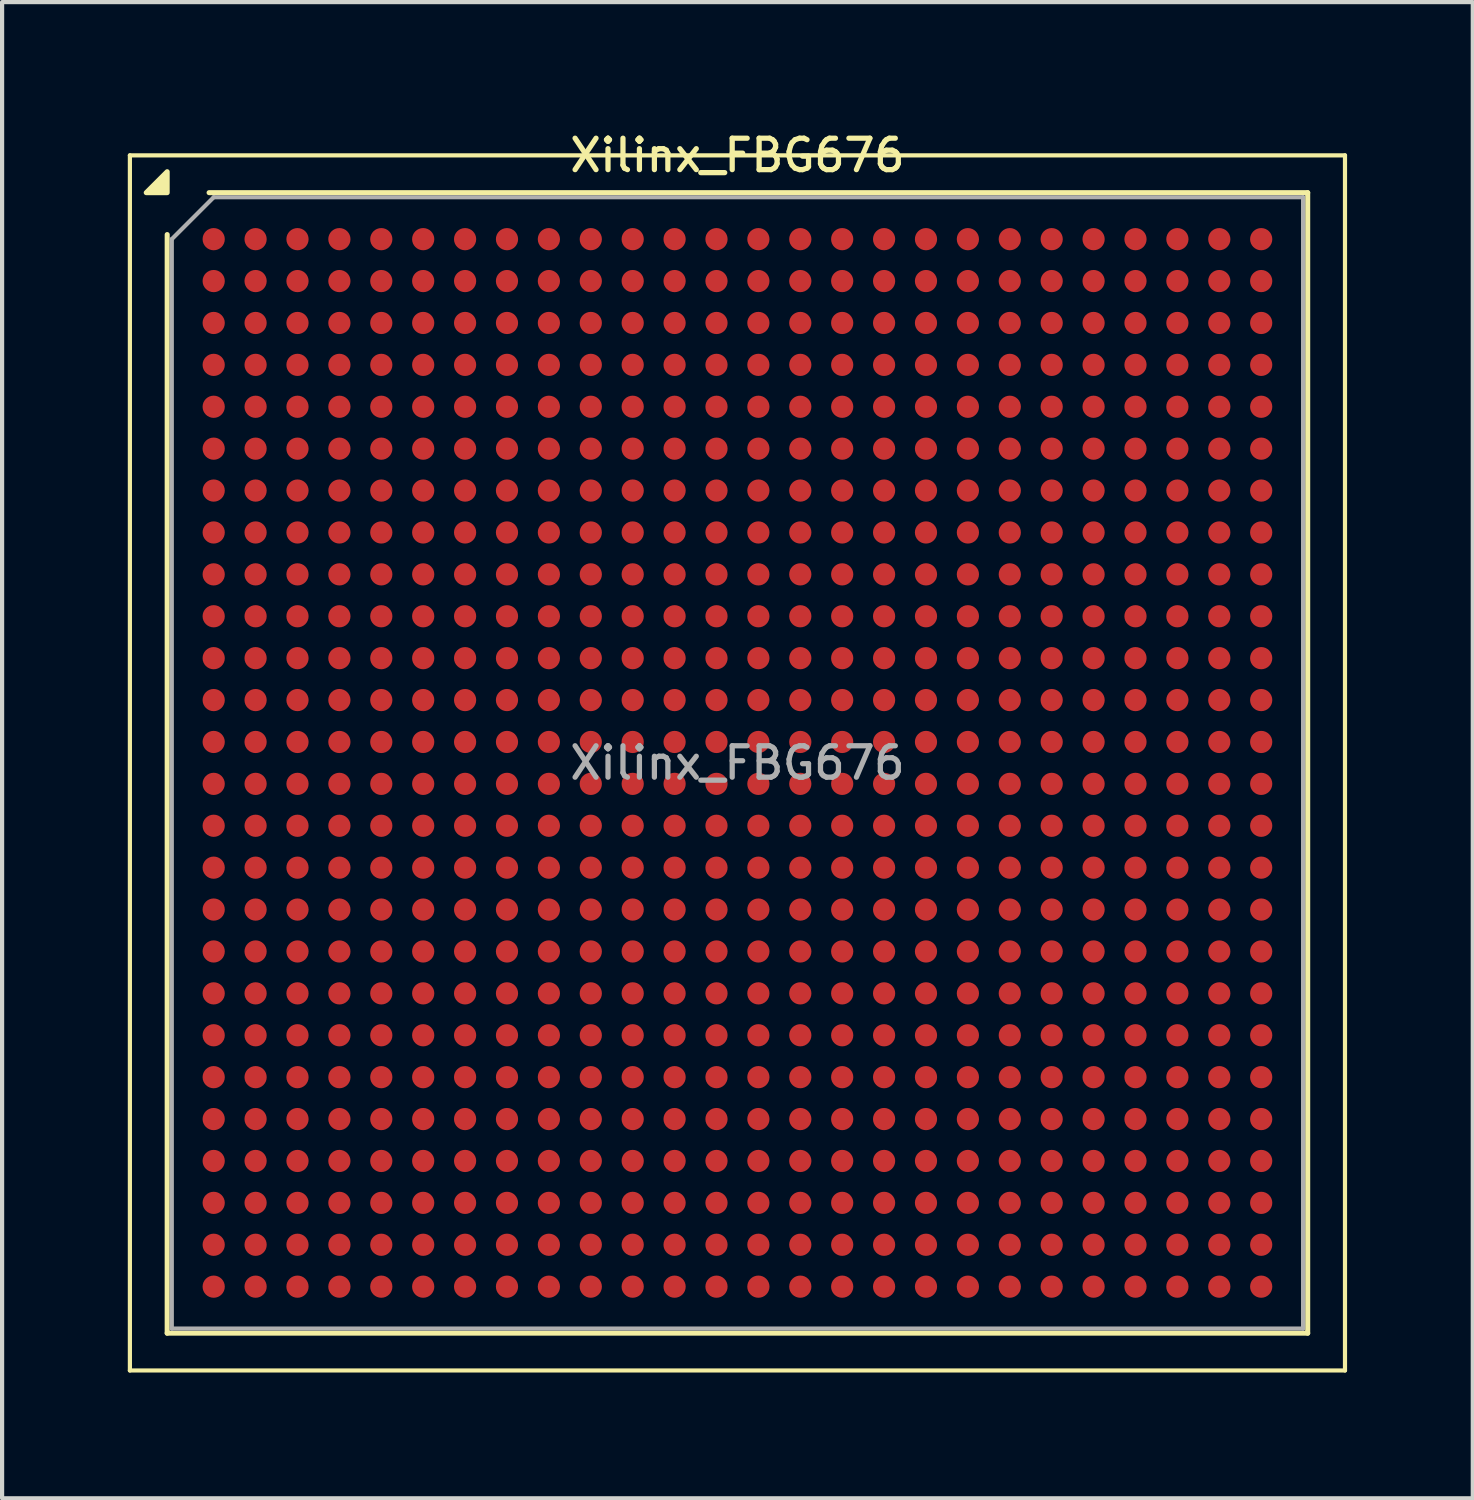
<source format=kicad_pcb>
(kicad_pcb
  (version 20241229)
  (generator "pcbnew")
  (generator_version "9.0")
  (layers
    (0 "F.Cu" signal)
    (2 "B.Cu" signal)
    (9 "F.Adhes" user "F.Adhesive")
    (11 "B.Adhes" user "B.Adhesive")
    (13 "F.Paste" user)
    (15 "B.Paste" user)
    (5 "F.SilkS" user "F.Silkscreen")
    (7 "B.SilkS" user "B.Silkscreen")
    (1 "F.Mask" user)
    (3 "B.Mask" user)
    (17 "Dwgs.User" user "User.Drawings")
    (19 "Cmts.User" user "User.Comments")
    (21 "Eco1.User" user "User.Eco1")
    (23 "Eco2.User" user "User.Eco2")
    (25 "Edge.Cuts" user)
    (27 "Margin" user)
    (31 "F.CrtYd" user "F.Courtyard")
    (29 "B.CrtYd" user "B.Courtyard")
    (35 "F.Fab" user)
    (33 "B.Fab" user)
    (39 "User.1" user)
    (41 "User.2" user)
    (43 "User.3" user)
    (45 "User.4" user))
  (footprint "Xilinx_FBG676"
    (layer "F.Cu")
    (at 14.55 15.158)
    (property "Reference" "Xilinx_FBG676" (at 0 -14.5 0) (layer "F.SilkS") (effects (font (size 0.75 0.75) (thickness 0.125))))
    (attr smd)
    (fp_line (start -14.5 -14.5) (end -14.5 14.5) (stroke (width 0.1) (type solid)) (layer "F.SilkS"))
    (fp_line (start -14.5 14.5) (end 14.5 14.5) (stroke (width 0.1) (type solid)) (layer "F.SilkS"))
    (fp_line (start -13.61 13.61) (end -13.61 -12.61) (stroke (width 0.12) (type solid)) (layer "F.SilkS"))
    (fp_line (start -12.61 -13.61) (end 13.61 -13.61) (stroke (width 0.12) (type solid)) (layer "F.SilkS"))
    (fp_line (start 13.61 -13.61) (end 13.61 13.61) (stroke (width 0.12) (type solid)) (layer "F.SilkS"))
    (fp_line (start 13.61 13.61) (end -13.61 13.61) (stroke (width 0.12) (type solid)) (layer "F.SilkS"))
    (fp_line (start 14.5 -14.5) (end -14.5 -14.5) (stroke (width 0.1) (type solid)) (layer "F.SilkS"))
    (fp_line (start 14.5 14.5) (end 14.5 -14.5) (stroke (width 0.1) (type solid)) (layer "F.SilkS"))
    (fp_poly (pts (xy -13.61 -13.61) (xy -14.11 -13.61) (xy -13.61 -14.11) (xy -13.61 -13.61)) (stroke (width 0.12) (type solid)) (fill yes) (layer "F.SilkS"))
    (fp_line (start -13.5 -12.5) (end -12.5 -13.5) (stroke (width 0.1) (type solid)) (layer "F.Fab"))
    (fp_line (start -13.5 13.5) (end -13.5 -12.5) (stroke (width 0.1) (type solid)) (layer "F.Fab"))
    (fp_line (start -12.5 -13.5) (end 13.5 -13.5) (stroke (width 0.1) (type solid)) (layer "F.Fab"))
    (fp_line (start 13.5 -13.5) (end 13.5 13.5) (stroke (width 0.1) (type solid)) (layer "F.Fab"))
    (fp_line (start 13.5 13.5) (end -13.5 13.5) (stroke (width 0.1) (type solid)) (layer "F.Fab"))
    (fp_text user "${REFERENCE}" (at 0 0 0) (layer "F.Fab") (effects (font (size 0.75 0.75) (thickness 0.125))))
    (pad "A1" smd circle (at -12.5 -12.5) (size 0.53 0.53) (property pad_prop_bga) (layers "F.Cu" "F.Mask" "F.Paste"))
    (pad "A2" smd circle (at -11.5 -12.5) (size 0.53 0.53) (property pad_prop_bga) (layers "F.Cu" "F.Mask" "F.Paste"))
    (pad "A3" smd circle (at -10.5 -12.5) (size 0.53 0.53) (property pad_prop_bga) (layers "F.Cu" "F.Mask" "F.Paste"))
    (pad "A4" smd circle (at -9.5 -12.5) (size 0.53 0.53) (property pad_prop_bga) (layers "F.Cu" "F.Mask" "F.Paste"))
    (pad "A5" smd circle (at -8.5 -12.5) (size 0.53 0.53) (property pad_prop_bga) (layers "F.Cu" "F.Mask" "F.Paste"))
    (pad "A6" smd circle (at -7.5 -12.5) (size 0.53 0.53) (property pad_prop_bga) (layers "F.Cu" "F.Mask" "F.Paste"))
    (pad "A7" smd circle (at -6.5 -12.5) (size 0.53 0.53) (property pad_prop_bga) (layers "F.Cu" "F.Mask" "F.Paste"))
    (pad "A8" smd circle (at -5.5 -12.5) (size 0.53 0.53) (property pad_prop_bga) (layers "F.Cu" "F.Mask" "F.Paste"))
    (pad "A9" smd circle (at -4.5 -12.5) (size 0.53 0.53) (property pad_prop_bga) (layers "F.Cu" "F.Mask" "F.Paste"))
    (pad "A10" smd circle (at -3.5 -12.5) (size 0.53 0.53) (property pad_prop_bga) (layers "F.Cu" "F.Mask" "F.Paste"))
    (pad "A11" smd circle (at -2.5 -12.5) (size 0.53 0.53) (property pad_prop_bga) (layers "F.Cu" "F.Mask" "F.Paste"))
    (pad "A12" smd circle (at -1.5 -12.5) (size 0.53 0.53) (property pad_prop_bga) (layers "F.Cu" "F.Mask" "F.Paste"))
    (pad "A13" smd circle (at -0.5 -12.5) (size 0.53 0.53) (property pad_prop_bga) (layers "F.Cu" "F.Mask" "F.Paste"))
    (pad "A14" smd circle (at 0.5 -12.5) (size 0.53 0.53) (property pad_prop_bga) (layers "F.Cu" "F.Mask" "F.Paste"))
    (pad "A15" smd circle (at 1.5 -12.5) (size 0.53 0.53) (property pad_prop_bga) (layers "F.Cu" "F.Mask" "F.Paste"))
    (pad "A16" smd circle (at 2.5 -12.5) (size 0.53 0.53) (property pad_prop_bga) (layers "F.Cu" "F.Mask" "F.Paste"))
    (pad "A17" smd circle (at 3.5 -12.5) (size 0.53 0.53) (property pad_prop_bga) (layers "F.Cu" "F.Mask" "F.Paste"))
    (pad "A18" smd circle (at 4.5 -12.5) (size 0.53 0.53) (property pad_prop_bga) (layers "F.Cu" "F.Mask" "F.Paste"))
    (pad "A19" smd circle (at 5.5 -12.5) (size 0.53 0.53) (property pad_prop_bga) (layers "F.Cu" "F.Mask" "F.Paste"))
    (pad "A20" smd circle (at 6.5 -12.5) (size 0.53 0.53) (property pad_prop_bga) (layers "F.Cu" "F.Mask" "F.Paste"))
    (pad "A21" smd circle (at 7.5 -12.5) (size 0.53 0.53) (property pad_prop_bga) (layers "F.Cu" "F.Mask" "F.Paste"))
    (pad "A22" smd circle (at 8.5 -12.5) (size 0.53 0.53) (property pad_prop_bga) (layers "F.Cu" "F.Mask" "F.Paste"))
    (pad "A23" smd circle (at 9.5 -12.5) (size 0.53 0.53) (property pad_prop_bga) (layers "F.Cu" "F.Mask" "F.Paste"))
    (pad "A24" smd circle (at 10.5 -12.5) (size 0.53 0.53) (property pad_prop_bga) (layers "F.Cu" "F.Mask" "F.Paste"))
    (pad "A25" smd circle (at 11.5 -12.5) (size 0.53 0.53) (property pad_prop_bga) (layers "F.Cu" "F.Mask" "F.Paste"))
    (pad "A26" smd circle (at 12.5 -12.5) (size 0.53 0.53) (property pad_prop_bga) (layers "F.Cu" "F.Mask" "F.Paste"))
    (pad "AA1" smd circle (at -12.5 7.5) (size 0.53 0.53) (property pad_prop_bga) (layers "F.Cu" "F.Mask" "F.Paste"))
    (pad "AA2" smd circle (at -11.5 7.5) (size 0.53 0.53) (property pad_prop_bga) (layers "F.Cu" "F.Mask" "F.Paste"))
    (pad "AA3" smd circle (at -10.5 7.5) (size 0.53 0.53) (property pad_prop_bga) (layers "F.Cu" "F.Mask" "F.Paste"))
    (pad "AA4" smd circle (at -9.5 7.5) (size 0.53 0.53) (property pad_prop_bga) (layers "F.Cu" "F.Mask" "F.Paste"))
    (pad "AA5" smd circle (at -8.5 7.5) (size 0.53 0.53) (property pad_prop_bga) (layers "F.Cu" "F.Mask" "F.Paste"))
    (pad "AA6" smd circle (at -7.5 7.5) (size 0.53 0.53) (property pad_prop_bga) (layers "F.Cu" "F.Mask" "F.Paste"))
    (pad "AA7" smd circle (at -6.5 7.5) (size 0.53 0.53) (property pad_prop_bga) (layers "F.Cu" "F.Mask" "F.Paste"))
    (pad "AA8" smd circle (at -5.5 7.5) (size 0.53 0.53) (property pad_prop_bga) (layers "F.Cu" "F.Mask" "F.Paste"))
    (pad "AA9" smd circle (at -4.5 7.5) (size 0.53 0.53) (property pad_prop_bga) (layers "F.Cu" "F.Mask" "F.Paste"))
    (pad "AA10" smd circle (at -3.5 7.5) (size 0.53 0.53) (property pad_prop_bga) (layers "F.Cu" "F.Mask" "F.Paste"))
    (pad "AA11" smd circle (at -2.5 7.5) (size 0.53 0.53) (property pad_prop_bga) (layers "F.Cu" "F.Mask" "F.Paste"))
    (pad "AA12" smd circle (at -1.5 7.5) (size 0.53 0.53) (property pad_prop_bga) (layers "F.Cu" "F.Mask" "F.Paste"))
    (pad "AA13" smd circle (at -0.5 7.5) (size 0.53 0.53) (property pad_prop_bga) (layers "F.Cu" "F.Mask" "F.Paste"))
    (pad "AA14" smd circle (at 0.5 7.5) (size 0.53 0.53) (property pad_prop_bga) (layers "F.Cu" "F.Mask" "F.Paste"))
    (pad "AA15" smd circle (at 1.5 7.5) (size 0.53 0.53) (property pad_prop_bga) (layers "F.Cu" "F.Mask" "F.Paste"))
    (pad "AA16" smd circle (at 2.5 7.5) (size 0.53 0.53) (property pad_prop_bga) (layers "F.Cu" "F.Mask" "F.Paste"))
    (pad "AA17" smd circle (at 3.5 7.5) (size 0.53 0.53) (property pad_prop_bga) (layers "F.Cu" "F.Mask" "F.Paste"))
    (pad "AA18" smd circle (at 4.5 7.5) (size 0.53 0.53) (property pad_prop_bga) (layers "F.Cu" "F.Mask" "F.Paste"))
    (pad "AA19" smd circle (at 5.5 7.5) (size 0.53 0.53) (property pad_prop_bga) (layers "F.Cu" "F.Mask" "F.Paste"))
    (pad "AA20" smd circle (at 6.5 7.5) (size 0.53 0.53) (property pad_prop_bga) (layers "F.Cu" "F.Mask" "F.Paste"))
    (pad "AA21" smd circle (at 7.5 7.5) (size 0.53 0.53) (property pad_prop_bga) (layers "F.Cu" "F.Mask" "F.Paste"))
    (pad "AA22" smd circle (at 8.5 7.5) (size 0.53 0.53) (property pad_prop_bga) (layers "F.Cu" "F.Mask" "F.Paste"))
    (pad "AA23" smd circle (at 9.5 7.5) (size 0.53 0.53) (property pad_prop_bga) (layers "F.Cu" "F.Mask" "F.Paste"))
    (pad "AA24" smd circle (at 10.5 7.5) (size 0.53 0.53) (property pad_prop_bga) (layers "F.Cu" "F.Mask" "F.Paste"))
    (pad "AA25" smd circle (at 11.5 7.5) (size 0.53 0.53) (property pad_prop_bga) (layers "F.Cu" "F.Mask" "F.Paste"))
    (pad "AA26" smd circle (at 12.5 7.5) (size 0.53 0.53) (property pad_prop_bga) (layers "F.Cu" "F.Mask" "F.Paste"))
    (pad "AB1" smd circle (at -12.5 8.5) (size 0.53 0.53) (property pad_prop_bga) (layers "F.Cu" "F.Mask" "F.Paste"))
    (pad "AB2" smd circle (at -11.5 8.5) (size 0.53 0.53) (property pad_prop_bga) (layers "F.Cu" "F.Mask" "F.Paste"))
    (pad "AB3" smd circle (at -10.5 8.5) (size 0.53 0.53) (property pad_prop_bga) (layers "F.Cu" "F.Mask" "F.Paste"))
    (pad "AB4" smd circle (at -9.5 8.5) (size 0.53 0.53) (property pad_prop_bga) (layers "F.Cu" "F.Mask" "F.Paste"))
    (pad "AB5" smd circle (at -8.5 8.5) (size 0.53 0.53) (property pad_prop_bga) (layers "F.Cu" "F.Mask" "F.Paste"))
    (pad "AB6" smd circle (at -7.5 8.5) (size 0.53 0.53) (property pad_prop_bga) (layers "F.Cu" "F.Mask" "F.Paste"))
    (pad "AB7" smd circle (at -6.5 8.5) (size 0.53 0.53) (property pad_prop_bga) (layers "F.Cu" "F.Mask" "F.Paste"))
    (pad "AB8" smd circle (at -5.5 8.5) (size 0.53 0.53) (property pad_prop_bga) (layers "F.Cu" "F.Mask" "F.Paste"))
    (pad "AB9" smd circle (at -4.5 8.5) (size 0.53 0.53) (property pad_prop_bga) (layers "F.Cu" "F.Mask" "F.Paste"))
    (pad "AB10" smd circle (at -3.5 8.5) (size 0.53 0.53) (property pad_prop_bga) (layers "F.Cu" "F.Mask" "F.Paste"))
    (pad "AB11" smd circle (at -2.5 8.5) (size 0.53 0.53) (property pad_prop_bga) (layers "F.Cu" "F.Mask" "F.Paste"))
    (pad "AB12" smd circle (at -1.5 8.5) (size 0.53 0.53) (property pad_prop_bga) (layers "F.Cu" "F.Mask" "F.Paste"))
    (pad "AB13" smd circle (at -0.5 8.5) (size 0.53 0.53) (property pad_prop_bga) (layers "F.Cu" "F.Mask" "F.Paste"))
    (pad "AB14" smd circle (at 0.5 8.5) (size 0.53 0.53) (property pad_prop_bga) (layers "F.Cu" "F.Mask" "F.Paste"))
    (pad "AB15" smd circle (at 1.5 8.5) (size 0.53 0.53) (property pad_prop_bga) (layers "F.Cu" "F.Mask" "F.Paste"))
    (pad "AB16" smd circle (at 2.5 8.5) (size 0.53 0.53) (property pad_prop_bga) (layers "F.Cu" "F.Mask" "F.Paste"))
    (pad "AB17" smd circle (at 3.5 8.5) (size 0.53 0.53) (property pad_prop_bga) (layers "F.Cu" "F.Mask" "F.Paste"))
    (pad "AB18" smd circle (at 4.5 8.5) (size 0.53 0.53) (property pad_prop_bga) (layers "F.Cu" "F.Mask" "F.Paste"))
    (pad "AB19" smd circle (at 5.5 8.5) (size 0.53 0.53) (property pad_prop_bga) (layers "F.Cu" "F.Mask" "F.Paste"))
    (pad "AB20" smd circle (at 6.5 8.5) (size 0.53 0.53) (property pad_prop_bga) (layers "F.Cu" "F.Mask" "F.Paste"))
    (pad "AB21" smd circle (at 7.5 8.5) (size 0.53 0.53) (property pad_prop_bga) (layers "F.Cu" "F.Mask" "F.Paste"))
    (pad "AB22" smd circle (at 8.5 8.5) (size 0.53 0.53) (property pad_prop_bga) (layers "F.Cu" "F.Mask" "F.Paste"))
    (pad "AB23" smd circle (at 9.5 8.5) (size 0.53 0.53) (property pad_prop_bga) (layers "F.Cu" "F.Mask" "F.Paste"))
    (pad "AB24" smd circle (at 10.5 8.5) (size 0.53 0.53) (property pad_prop_bga) (layers "F.Cu" "F.Mask" "F.Paste"))
    (pad "AB25" smd circle (at 11.5 8.5) (size 0.53 0.53) (property pad_prop_bga) (layers "F.Cu" "F.Mask" "F.Paste"))
    (pad "AB26" smd circle (at 12.5 8.5) (size 0.53 0.53) (property pad_prop_bga) (layers "F.Cu" "F.Mask" "F.Paste"))
    (pad "AC1" smd circle (at -12.5 9.5) (size 0.53 0.53) (property pad_prop_bga) (layers "F.Cu" "F.Mask" "F.Paste"))
    (pad "AC2" smd circle (at -11.5 9.5) (size 0.53 0.53) (property pad_prop_bga) (layers "F.Cu" "F.Mask" "F.Paste"))
    (pad "AC3" smd circle (at -10.5 9.5) (size 0.53 0.53) (property pad_prop_bga) (layers "F.Cu" "F.Mask" "F.Paste"))
    (pad "AC4" smd circle (at -9.5 9.5) (size 0.53 0.53) (property pad_prop_bga) (layers "F.Cu" "F.Mask" "F.Paste"))
    (pad "AC5" smd circle (at -8.5 9.5) (size 0.53 0.53) (property pad_prop_bga) (layers "F.Cu" "F.Mask" "F.Paste"))
    (pad "AC6" smd circle (at -7.5 9.5) (size 0.53 0.53) (property pad_prop_bga) (layers "F.Cu" "F.Mask" "F.Paste"))
    (pad "AC7" smd circle (at -6.5 9.5) (size 0.53 0.53) (property pad_prop_bga) (layers "F.Cu" "F.Mask" "F.Paste"))
    (pad "AC8" smd circle (at -5.5 9.5) (size 0.53 0.53) (property pad_prop_bga) (layers "F.Cu" "F.Mask" "F.Paste"))
    (pad "AC9" smd circle (at -4.5 9.5) (size 0.53 0.53) (property pad_prop_bga) (layers "F.Cu" "F.Mask" "F.Paste"))
    (pad "AC10" smd circle (at -3.5 9.5) (size 0.53 0.53) (property pad_prop_bga) (layers "F.Cu" "F.Mask" "F.Paste"))
    (pad "AC11" smd circle (at -2.5 9.5) (size 0.53 0.53) (property pad_prop_bga) (layers "F.Cu" "F.Mask" "F.Paste"))
    (pad "AC12" smd circle (at -1.5 9.5) (size 0.53 0.53) (property pad_prop_bga) (layers "F.Cu" "F.Mask" "F.Paste"))
    (pad "AC13" smd circle (at -0.5 9.5) (size 0.53 0.53) (property pad_prop_bga) (layers "F.Cu" "F.Mask" "F.Paste"))
    (pad "AC14" smd circle (at 0.5 9.5) (size 0.53 0.53) (property pad_prop_bga) (layers "F.Cu" "F.Mask" "F.Paste"))
    (pad "AC15" smd circle (at 1.5 9.5) (size 0.53 0.53) (property pad_prop_bga) (layers "F.Cu" "F.Mask" "F.Paste"))
    (pad "AC16" smd circle (at 2.5 9.5) (size 0.53 0.53) (property pad_prop_bga) (layers "F.Cu" "F.Mask" "F.Paste"))
    (pad "AC17" smd circle (at 3.5 9.5) (size 0.53 0.53) (property pad_prop_bga) (layers "F.Cu" "F.Mask" "F.Paste"))
    (pad "AC18" smd circle (at 4.5 9.5) (size 0.53 0.53) (property pad_prop_bga) (layers "F.Cu" "F.Mask" "F.Paste"))
    (pad "AC19" smd circle (at 5.5 9.5) (size 0.53 0.53) (property pad_prop_bga) (layers "F.Cu" "F.Mask" "F.Paste"))
    (pad "AC20" smd circle (at 6.5 9.5) (size 0.53 0.53) (property pad_prop_bga) (layers "F.Cu" "F.Mask" "F.Paste"))
    (pad "AC21" smd circle (at 7.5 9.5) (size 0.53 0.53) (property pad_prop_bga) (layers "F.Cu" "F.Mask" "F.Paste"))
    (pad "AC22" smd circle (at 8.5 9.5) (size 0.53 0.53) (property pad_prop_bga) (layers "F.Cu" "F.Mask" "F.Paste"))
    (pad "AC23" smd circle (at 9.5 9.5) (size 0.53 0.53) (property pad_prop_bga) (layers "F.Cu" "F.Mask" "F.Paste"))
    (pad "AC24" smd circle (at 10.5 9.5) (size 0.53 0.53) (property pad_prop_bga) (layers "F.Cu" "F.Mask" "F.Paste"))
    (pad "AC25" smd circle (at 11.5 9.5) (size 0.53 0.53) (property pad_prop_bga) (layers "F.Cu" "F.Mask" "F.Paste"))
    (pad "AC26" smd circle (at 12.5 9.5) (size 0.53 0.53) (property pad_prop_bga) (layers "F.Cu" "F.Mask" "F.Paste"))
    (pad "AD1" smd circle (at -12.5 10.5) (size 0.53 0.53) (property pad_prop_bga) (layers "F.Cu" "F.Mask" "F.Paste"))
    (pad "AD2" smd circle (at -11.5 10.5) (size 0.53 0.53) (property pad_prop_bga) (layers "F.Cu" "F.Mask" "F.Paste"))
    (pad "AD3" smd circle (at -10.5 10.5) (size 0.53 0.53) (property pad_prop_bga) (layers "F.Cu" "F.Mask" "F.Paste"))
    (pad "AD4" smd circle (at -9.5 10.5) (size 0.53 0.53) (property pad_prop_bga) (layers "F.Cu" "F.Mask" "F.Paste"))
    (pad "AD5" smd circle (at -8.5 10.5) (size 0.53 0.53) (property pad_prop_bga) (layers "F.Cu" "F.Mask" "F.Paste"))
    (pad "AD6" smd circle (at -7.5 10.5) (size 0.53 0.53) (property pad_prop_bga) (layers "F.Cu" "F.Mask" "F.Paste"))
    (pad "AD7" smd circle (at -6.5 10.5) (size 0.53 0.53) (property pad_prop_bga) (layers "F.Cu" "F.Mask" "F.Paste"))
    (pad "AD8" smd circle (at -5.5 10.5) (size 0.53 0.53) (property pad_prop_bga) (layers "F.Cu" "F.Mask" "F.Paste"))
    (pad "AD9" smd circle (at -4.5 10.5) (size 0.53 0.53) (property pad_prop_bga) (layers "F.Cu" "F.Mask" "F.Paste"))
    (pad "AD10" smd circle (at -3.5 10.5) (size 0.53 0.53) (property pad_prop_bga) (layers "F.Cu" "F.Mask" "F.Paste"))
    (pad "AD11" smd circle (at -2.5 10.5) (size 0.53 0.53) (property pad_prop_bga) (layers "F.Cu" "F.Mask" "F.Paste"))
    (pad "AD12" smd circle (at -1.5 10.5) (size 0.53 0.53) (property pad_prop_bga) (layers "F.Cu" "F.Mask" "F.Paste"))
    (pad "AD13" smd circle (at -0.5 10.5) (size 0.53 0.53) (property pad_prop_bga) (layers "F.Cu" "F.Mask" "F.Paste"))
    (pad "AD14" smd circle (at 0.5 10.5) (size 0.53 0.53) (property pad_prop_bga) (layers "F.Cu" "F.Mask" "F.Paste"))
    (pad "AD15" smd circle (at 1.5 10.5) (size 0.53 0.53) (property pad_prop_bga) (layers "F.Cu" "F.Mask" "F.Paste"))
    (pad "AD16" smd circle (at 2.5 10.5) (size 0.53 0.53) (property pad_prop_bga) (layers "F.Cu" "F.Mask" "F.Paste"))
    (pad "AD17" smd circle (at 3.5 10.5) (size 0.53 0.53) (property pad_prop_bga) (layers "F.Cu" "F.Mask" "F.Paste"))
    (pad "AD18" smd circle (at 4.5 10.5) (size 0.53 0.53) (property pad_prop_bga) (layers "F.Cu" "F.Mask" "F.Paste"))
    (pad "AD19" smd circle (at 5.5 10.5) (size 0.53 0.53) (property pad_prop_bga) (layers "F.Cu" "F.Mask" "F.Paste"))
    (pad "AD20" smd circle (at 6.5 10.5) (size 0.53 0.53) (property pad_prop_bga) (layers "F.Cu" "F.Mask" "F.Paste"))
    (pad "AD21" smd circle (at 7.5 10.5) (size 0.53 0.53) (property pad_prop_bga) (layers "F.Cu" "F.Mask" "F.Paste"))
    (pad "AD22" smd circle (at 8.5 10.5) (size 0.53 0.53) (property pad_prop_bga) (layers "F.Cu" "F.Mask" "F.Paste"))
    (pad "AD23" smd circle (at 9.5 10.5) (size 0.53 0.53) (property pad_prop_bga) (layers "F.Cu" "F.Mask" "F.Paste"))
    (pad "AD24" smd circle (at 10.5 10.5) (size 0.53 0.53) (property pad_prop_bga) (layers "F.Cu" "F.Mask" "F.Paste"))
    (pad "AD25" smd circle (at 11.5 10.5) (size 0.53 0.53) (property pad_prop_bga) (layers "F.Cu" "F.Mask" "F.Paste"))
    (pad "AD26" smd circle (at 12.5 10.5) (size 0.53 0.53) (property pad_prop_bga) (layers "F.Cu" "F.Mask" "F.Paste"))
    (pad "AE1" smd circle (at -12.5 11.5) (size 0.53 0.53) (property pad_prop_bga) (layers "F.Cu" "F.Mask" "F.Paste"))
    (pad "AE2" smd circle (at -11.5 11.5) (size 0.53 0.53) (property pad_prop_bga) (layers "F.Cu" "F.Mask" "F.Paste"))
    (pad "AE3" smd circle (at -10.5 11.5) (size 0.53 0.53) (property pad_prop_bga) (layers "F.Cu" "F.Mask" "F.Paste"))
    (pad "AE4" smd circle (at -9.5 11.5) (size 0.53 0.53) (property pad_prop_bga) (layers "F.Cu" "F.Mask" "F.Paste"))
    (pad "AE5" smd circle (at -8.5 11.5) (size 0.53 0.53) (property pad_prop_bga) (layers "F.Cu" "F.Mask" "F.Paste"))
    (pad "AE6" smd circle (at -7.5 11.5) (size 0.53 0.53) (property pad_prop_bga) (layers "F.Cu" "F.Mask" "F.Paste"))
    (pad "AE7" smd circle (at -6.5 11.5) (size 0.53 0.53) (property pad_prop_bga) (layers "F.Cu" "F.Mask" "F.Paste"))
    (pad "AE8" smd circle (at -5.5 11.5) (size 0.53 0.53) (property pad_prop_bga) (layers "F.Cu" "F.Mask" "F.Paste"))
    (pad "AE9" smd circle (at -4.5 11.5) (size 0.53 0.53) (property pad_prop_bga) (layers "F.Cu" "F.Mask" "F.Paste"))
    (pad "AE10" smd circle (at -3.5 11.5) (size 0.53 0.53) (property pad_prop_bga) (layers "F.Cu" "F.Mask" "F.Paste"))
    (pad "AE11" smd circle (at -2.5 11.5) (size 0.53 0.53) (property pad_prop_bga) (layers "F.Cu" "F.Mask" "F.Paste"))
    (pad "AE12" smd circle (at -1.5 11.5) (size 0.53 0.53) (property pad_prop_bga) (layers "F.Cu" "F.Mask" "F.Paste"))
    (pad "AE13" smd circle (at -0.5 11.5) (size 0.53 0.53) (property pad_prop_bga) (layers "F.Cu" "F.Mask" "F.Paste"))
    (pad "AE14" smd circle (at 0.5 11.5) (size 0.53 0.53) (property pad_prop_bga) (layers "F.Cu" "F.Mask" "F.Paste"))
    (pad "AE15" smd circle (at 1.5 11.5) (size 0.53 0.53) (property pad_prop_bga) (layers "F.Cu" "F.Mask" "F.Paste"))
    (pad "AE16" smd circle (at 2.5 11.5) (size 0.53 0.53) (property pad_prop_bga) (layers "F.Cu" "F.Mask" "F.Paste"))
    (pad "AE17" smd circle (at 3.5 11.5) (size 0.53 0.53) (property pad_prop_bga) (layers "F.Cu" "F.Mask" "F.Paste"))
    (pad "AE18" smd circle (at 4.5 11.5) (size 0.53 0.53) (property pad_prop_bga) (layers "F.Cu" "F.Mask" "F.Paste"))
    (pad "AE19" smd circle (at 5.5 11.5) (size 0.53 0.53) (property pad_prop_bga) (layers "F.Cu" "F.Mask" "F.Paste"))
    (pad "AE20" smd circle (at 6.5 11.5) (size 0.53 0.53) (property pad_prop_bga) (layers "F.Cu" "F.Mask" "F.Paste"))
    (pad "AE21" smd circle (at 7.5 11.5) (size 0.53 0.53) (property pad_prop_bga) (layers "F.Cu" "F.Mask" "F.Paste"))
    (pad "AE22" smd circle (at 8.5 11.5) (size 0.53 0.53) (property pad_prop_bga) (layers "F.Cu" "F.Mask" "F.Paste"))
    (pad "AE23" smd circle (at 9.5 11.5) (size 0.53 0.53) (property pad_prop_bga) (layers "F.Cu" "F.Mask" "F.Paste"))
    (pad "AE24" smd circle (at 10.5 11.5) (size 0.53 0.53) (property pad_prop_bga) (layers "F.Cu" "F.Mask" "F.Paste"))
    (pad "AE25" smd circle (at 11.5 11.5) (size 0.53 0.53) (property pad_prop_bga) (layers "F.Cu" "F.Mask" "F.Paste"))
    (pad "AE26" smd circle (at 12.5 11.5) (size 0.53 0.53) (property pad_prop_bga) (layers "F.Cu" "F.Mask" "F.Paste"))
    (pad "AF1" smd circle (at -12.5 12.5) (size 0.53 0.53) (property pad_prop_bga) (layers "F.Cu" "F.Mask" "F.Paste"))
    (pad "AF2" smd circle (at -11.5 12.5) (size 0.53 0.53) (property pad_prop_bga) (layers "F.Cu" "F.Mask" "F.Paste"))
    (pad "AF3" smd circle (at -10.5 12.5) (size 0.53 0.53) (property pad_prop_bga) (layers "F.Cu" "F.Mask" "F.Paste"))
    (pad "AF4" smd circle (at -9.5 12.5) (size 0.53 0.53) (property pad_prop_bga) (layers "F.Cu" "F.Mask" "F.Paste"))
    (pad "AF5" smd circle (at -8.5 12.5) (size 0.53 0.53) (property pad_prop_bga) (layers "F.Cu" "F.Mask" "F.Paste"))
    (pad "AF6" smd circle (at -7.5 12.5) (size 0.53 0.53) (property pad_prop_bga) (layers "F.Cu" "F.Mask" "F.Paste"))
    (pad "AF7" smd circle (at -6.5 12.5) (size 0.53 0.53) (property pad_prop_bga) (layers "F.Cu" "F.Mask" "F.Paste"))
    (pad "AF8" smd circle (at -5.5 12.5) (size 0.53 0.53) (property pad_prop_bga) (layers "F.Cu" "F.Mask" "F.Paste"))
    (pad "AF9" smd circle (at -4.5 12.5) (size 0.53 0.53) (property pad_prop_bga) (layers "F.Cu" "F.Mask" "F.Paste"))
    (pad "AF10" smd circle (at -3.5 12.5) (size 0.53 0.53) (property pad_prop_bga) (layers "F.Cu" "F.Mask" "F.Paste"))
    (pad "AF11" smd circle (at -2.5 12.5) (size 0.53 0.53) (property pad_prop_bga) (layers "F.Cu" "F.Mask" "F.Paste"))
    (pad "AF12" smd circle (at -1.5 12.5) (size 0.53 0.53) (property pad_prop_bga) (layers "F.Cu" "F.Mask" "F.Paste"))
    (pad "AF13" smd circle (at -0.5 12.5) (size 0.53 0.53) (property pad_prop_bga) (layers "F.Cu" "F.Mask" "F.Paste"))
    (pad "AF14" smd circle (at 0.5 12.5) (size 0.53 0.53) (property pad_prop_bga) (layers "F.Cu" "F.Mask" "F.Paste"))
    (pad "AF15" smd circle (at 1.5 12.5) (size 0.53 0.53) (property pad_prop_bga) (layers "F.Cu" "F.Mask" "F.Paste"))
    (pad "AF16" smd circle (at 2.5 12.5) (size 0.53 0.53) (property pad_prop_bga) (layers "F.Cu" "F.Mask" "F.Paste"))
    (pad "AF17" smd circle (at 3.5 12.5) (size 0.53 0.53) (property pad_prop_bga) (layers "F.Cu" "F.Mask" "F.Paste"))
    (pad "AF18" smd circle (at 4.5 12.5) (size 0.53 0.53) (property pad_prop_bga) (layers "F.Cu" "F.Mask" "F.Paste"))
    (pad "AF19" smd circle (at 5.5 12.5) (size 0.53 0.53) (property pad_prop_bga) (layers "F.Cu" "F.Mask" "F.Paste"))
    (pad "AF20" smd circle (at 6.5 12.5) (size 0.53 0.53) (property pad_prop_bga) (layers "F.Cu" "F.Mask" "F.Paste"))
    (pad "AF21" smd circle (at 7.5 12.5) (size 0.53 0.53) (property pad_prop_bga) (layers "F.Cu" "F.Mask" "F.Paste"))
    (pad "AF22" smd circle (at 8.5 12.5) (size 0.53 0.53) (property pad_prop_bga) (layers "F.Cu" "F.Mask" "F.Paste"))
    (pad "AF23" smd circle (at 9.5 12.5) (size 0.53 0.53) (property pad_prop_bga) (layers "F.Cu" "F.Mask" "F.Paste"))
    (pad "AF24" smd circle (at 10.5 12.5) (size 0.53 0.53) (property pad_prop_bga) (layers "F.Cu" "F.Mask" "F.Paste"))
    (pad "AF25" smd circle (at 11.5 12.5) (size 0.53 0.53) (property pad_prop_bga) (layers "F.Cu" "F.Mask" "F.Paste"))
    (pad "AF26" smd circle (at 12.5 12.5) (size 0.53 0.53) (property pad_prop_bga) (layers "F.Cu" "F.Mask" "F.Paste"))
    (pad "B1" smd circle (at -12.5 -11.5) (size 0.53 0.53) (property pad_prop_bga) (layers "F.Cu" "F.Mask" "F.Paste"))
    (pad "B2" smd circle (at -11.5 -11.5) (size 0.53 0.53) (property pad_prop_bga) (layers "F.Cu" "F.Mask" "F.Paste"))
    (pad "B3" smd circle (at -10.5 -11.5) (size 0.53 0.53) (property pad_prop_bga) (layers "F.Cu" "F.Mask" "F.Paste"))
    (pad "B4" smd circle (at -9.5 -11.5) (size 0.53 0.53) (property pad_prop_bga) (layers "F.Cu" "F.Mask" "F.Paste"))
    (pad "B5" smd circle (at -8.5 -11.5) (size 0.53 0.53) (property pad_prop_bga) (layers "F.Cu" "F.Mask" "F.Paste"))
    (pad "B6" smd circle (at -7.5 -11.5) (size 0.53 0.53) (property pad_prop_bga) (layers "F.Cu" "F.Mask" "F.Paste"))
    (pad "B7" smd circle (at -6.5 -11.5) (size 0.53 0.53) (property pad_prop_bga) (layers "F.Cu" "F.Mask" "F.Paste"))
    (pad "B8" smd circle (at -5.5 -11.5) (size 0.53 0.53) (property pad_prop_bga) (layers "F.Cu" "F.Mask" "F.Paste"))
    (pad "B9" smd circle (at -4.5 -11.5) (size 0.53 0.53) (property pad_prop_bga) (layers "F.Cu" "F.Mask" "F.Paste"))
    (pad "B10" smd circle (at -3.5 -11.5) (size 0.53 0.53) (property pad_prop_bga) (layers "F.Cu" "F.Mask" "F.Paste"))
    (pad "B11" smd circle (at -2.5 -11.5) (size 0.53 0.53) (property pad_prop_bga) (layers "F.Cu" "F.Mask" "F.Paste"))
    (pad "B12" smd circle (at -1.5 -11.5) (size 0.53 0.53) (property pad_prop_bga) (layers "F.Cu" "F.Mask" "F.Paste"))
    (pad "B13" smd circle (at -0.5 -11.5) (size 0.53 0.53) (property pad_prop_bga) (layers "F.Cu" "F.Mask" "F.Paste"))
    (pad "B14" smd circle (at 0.5 -11.5) (size 0.53 0.53) (property pad_prop_bga) (layers "F.Cu" "F.Mask" "F.Paste"))
    (pad "B15" smd circle (at 1.5 -11.5) (size 0.53 0.53) (property pad_prop_bga) (layers "F.Cu" "F.Mask" "F.Paste"))
    (pad "B16" smd circle (at 2.5 -11.5) (size 0.53 0.53) (property pad_prop_bga) (layers "F.Cu" "F.Mask" "F.Paste"))
    (pad "B17" smd circle (at 3.5 -11.5) (size 0.53 0.53) (property pad_prop_bga) (layers "F.Cu" "F.Mask" "F.Paste"))
    (pad "B18" smd circle (at 4.5 -11.5) (size 0.53 0.53) (property pad_prop_bga) (layers "F.Cu" "F.Mask" "F.Paste"))
    (pad "B19" smd circle (at 5.5 -11.5) (size 0.53 0.53) (property pad_prop_bga) (layers "F.Cu" "F.Mask" "F.Paste"))
    (pad "B20" smd circle (at 6.5 -11.5) (size 0.53 0.53) (property pad_prop_bga) (layers "F.Cu" "F.Mask" "F.Paste"))
    (pad "B21" smd circle (at 7.5 -11.5) (size 0.53 0.53) (property pad_prop_bga) (layers "F.Cu" "F.Mask" "F.Paste"))
    (pad "B22" smd circle (at 8.5 -11.5) (size 0.53 0.53) (property pad_prop_bga) (layers "F.Cu" "F.Mask" "F.Paste"))
    (pad "B23" smd circle (at 9.5 -11.5) (size 0.53 0.53) (property pad_prop_bga) (layers "F.Cu" "F.Mask" "F.Paste"))
    (pad "B24" smd circle (at 10.5 -11.5) (size 0.53 0.53) (property pad_prop_bga) (layers "F.Cu" "F.Mask" "F.Paste"))
    (pad "B25" smd circle (at 11.5 -11.5) (size 0.53 0.53) (property pad_prop_bga) (layers "F.Cu" "F.Mask" "F.Paste"))
    (pad "B26" smd circle (at 12.5 -11.5) (size 0.53 0.53) (property pad_prop_bga) (layers "F.Cu" "F.Mask" "F.Paste"))
    (pad "C1" smd circle (at -12.5 -10.5) (size 0.53 0.53) (property pad_prop_bga) (layers "F.Cu" "F.Mask" "F.Paste"))
    (pad "C2" smd circle (at -11.5 -10.5) (size 0.53 0.53) (property pad_prop_bga) (layers "F.Cu" "F.Mask" "F.Paste"))
    (pad "C3" smd circle (at -10.5 -10.5) (size 0.53 0.53) (property pad_prop_bga) (layers "F.Cu" "F.Mask" "F.Paste"))
    (pad "C4" smd circle (at -9.5 -10.5) (size 0.53 0.53) (property pad_prop_bga) (layers "F.Cu" "F.Mask" "F.Paste"))
    (pad "C5" smd circle (at -8.5 -10.5) (size 0.53 0.53) (property pad_prop_bga) (layers "F.Cu" "F.Mask" "F.Paste"))
    (pad "C6" smd circle (at -7.5 -10.5) (size 0.53 0.53) (property pad_prop_bga) (layers "F.Cu" "F.Mask" "F.Paste"))
    (pad "C7" smd circle (at -6.5 -10.5) (size 0.53 0.53) (property pad_prop_bga) (layers "F.Cu" "F.Mask" "F.Paste"))
    (pad "C8" smd circle (at -5.5 -10.5) (size 0.53 0.53) (property pad_prop_bga) (layers "F.Cu" "F.Mask" "F.Paste"))
    (pad "C9" smd circle (at -4.5 -10.5) (size 0.53 0.53) (property pad_prop_bga) (layers "F.Cu" "F.Mask" "F.Paste"))
    (pad "C10" smd circle (at -3.5 -10.5) (size 0.53 0.53) (property pad_prop_bga) (layers "F.Cu" "F.Mask" "F.Paste"))
    (pad "C11" smd circle (at -2.5 -10.5) (size 0.53 0.53) (property pad_prop_bga) (layers "F.Cu" "F.Mask" "F.Paste"))
    (pad "C12" smd circle (at -1.5 -10.5) (size 0.53 0.53) (property pad_prop_bga) (layers "F.Cu" "F.Mask" "F.Paste"))
    (pad "C13" smd circle (at -0.5 -10.5) (size 0.53 0.53) (property pad_prop_bga) (layers "F.Cu" "F.Mask" "F.Paste"))
    (pad "C14" smd circle (at 0.5 -10.5) (size 0.53 0.53) (property pad_prop_bga) (layers "F.Cu" "F.Mask" "F.Paste"))
    (pad "C15" smd circle (at 1.5 -10.5) (size 0.53 0.53) (property pad_prop_bga) (layers "F.Cu" "F.Mask" "F.Paste"))
    (pad "C16" smd circle (at 2.5 -10.5) (size 0.53 0.53) (property pad_prop_bga) (layers "F.Cu" "F.Mask" "F.Paste"))
    (pad "C17" smd circle (at 3.5 -10.5) (size 0.53 0.53) (property pad_prop_bga) (layers "F.Cu" "F.Mask" "F.Paste"))
    (pad "C18" smd circle (at 4.5 -10.5) (size 0.53 0.53) (property pad_prop_bga) (layers "F.Cu" "F.Mask" "F.Paste"))
    (pad "C19" smd circle (at 5.5 -10.5) (size 0.53 0.53) (property pad_prop_bga) (layers "F.Cu" "F.Mask" "F.Paste"))
    (pad "C20" smd circle (at 6.5 -10.5) (size 0.53 0.53) (property pad_prop_bga) (layers "F.Cu" "F.Mask" "F.Paste"))
    (pad "C21" smd circle (at 7.5 -10.5) (size 0.53 0.53) (property pad_prop_bga) (layers "F.Cu" "F.Mask" "F.Paste"))
    (pad "C22" smd circle (at 8.5 -10.5) (size 0.53 0.53) (property pad_prop_bga) (layers "F.Cu" "F.Mask" "F.Paste"))
    (pad "C23" smd circle (at 9.5 -10.5) (size 0.53 0.53) (property pad_prop_bga) (layers "F.Cu" "F.Mask" "F.Paste"))
    (pad "C24" smd circle (at 10.5 -10.5) (size 0.53 0.53) (property pad_prop_bga) (layers "F.Cu" "F.Mask" "F.Paste"))
    (pad "C25" smd circle (at 11.5 -10.5) (size 0.53 0.53) (property pad_prop_bga) (layers "F.Cu" "F.Mask" "F.Paste"))
    (pad "C26" smd circle (at 12.5 -10.5) (size 0.53 0.53) (property pad_prop_bga) (layers "F.Cu" "F.Mask" "F.Paste"))
    (pad "D1" smd circle (at -12.5 -9.5) (size 0.53 0.53) (property pad_prop_bga) (layers "F.Cu" "F.Mask" "F.Paste"))
    (pad "D2" smd circle (at -11.5 -9.5) (size 0.53 0.53) (property pad_prop_bga) (layers "F.Cu" "F.Mask" "F.Paste"))
    (pad "D3" smd circle (at -10.5 -9.5) (size 0.53 0.53) (property pad_prop_bga) (layers "F.Cu" "F.Mask" "F.Paste"))
    (pad "D4" smd circle (at -9.5 -9.5) (size 0.53 0.53) (property pad_prop_bga) (layers "F.Cu" "F.Mask" "F.Paste"))
    (pad "D5" smd circle (at -8.5 -9.5) (size 0.53 0.53) (property pad_prop_bga) (layers "F.Cu" "F.Mask" "F.Paste"))
    (pad "D6" smd circle (at -7.5 -9.5) (size 0.53 0.53) (property pad_prop_bga) (layers "F.Cu" "F.Mask" "F.Paste"))
    (pad "D7" smd circle (at -6.5 -9.5) (size 0.53 0.53) (property pad_prop_bga) (layers "F.Cu" "F.Mask" "F.Paste"))
    (pad "D8" smd circle (at -5.5 -9.5) (size 0.53 0.53) (property pad_prop_bga) (layers "F.Cu" "F.Mask" "F.Paste"))
    (pad "D9" smd circle (at -4.5 -9.5) (size 0.53 0.53) (property pad_prop_bga) (layers "F.Cu" "F.Mask" "F.Paste"))
    (pad "D10" smd circle (at -3.5 -9.5) (size 0.53 0.53) (property pad_prop_bga) (layers "F.Cu" "F.Mask" "F.Paste"))
    (pad "D11" smd circle (at -2.5 -9.5) (size 0.53 0.53) (property pad_prop_bga) (layers "F.Cu" "F.Mask" "F.Paste"))
    (pad "D12" smd circle (at -1.5 -9.5) (size 0.53 0.53) (property pad_prop_bga) (layers "F.Cu" "F.Mask" "F.Paste"))
    (pad "D13" smd circle (at -0.5 -9.5) (size 0.53 0.53) (property pad_prop_bga) (layers "F.Cu" "F.Mask" "F.Paste"))
    (pad "D14" smd circle (at 0.5 -9.5) (size 0.53 0.53) (property pad_prop_bga) (layers "F.Cu" "F.Mask" "F.Paste"))
    (pad "D15" smd circle (at 1.5 -9.5) (size 0.53 0.53) (property pad_prop_bga) (layers "F.Cu" "F.Mask" "F.Paste"))
    (pad "D16" smd circle (at 2.5 -9.5) (size 0.53 0.53) (property pad_prop_bga) (layers "F.Cu" "F.Mask" "F.Paste"))
    (pad "D17" smd circle (at 3.5 -9.5) (size 0.53 0.53) (property pad_prop_bga) (layers "F.Cu" "F.Mask" "F.Paste"))
    (pad "D18" smd circle (at 4.5 -9.5) (size 0.53 0.53) (property pad_prop_bga) (layers "F.Cu" "F.Mask" "F.Paste"))
    (pad "D19" smd circle (at 5.5 -9.5) (size 0.53 0.53) (property pad_prop_bga) (layers "F.Cu" "F.Mask" "F.Paste"))
    (pad "D20" smd circle (at 6.5 -9.5) (size 0.53 0.53) (property pad_prop_bga) (layers "F.Cu" "F.Mask" "F.Paste"))
    (pad "D21" smd circle (at 7.5 -9.5) (size 0.53 0.53) (property pad_prop_bga) (layers "F.Cu" "F.Mask" "F.Paste"))
    (pad "D22" smd circle (at 8.5 -9.5) (size 0.53 0.53) (property pad_prop_bga) (layers "F.Cu" "F.Mask" "F.Paste"))
    (pad "D23" smd circle (at 9.5 -9.5) (size 0.53 0.53) (property pad_prop_bga) (layers "F.Cu" "F.Mask" "F.Paste"))
    (pad "D24" smd circle (at 10.5 -9.5) (size 0.53 0.53) (property pad_prop_bga) (layers "F.Cu" "F.Mask" "F.Paste"))
    (pad "D25" smd circle (at 11.5 -9.5) (size 0.53 0.53) (property pad_prop_bga) (layers "F.Cu" "F.Mask" "F.Paste"))
    (pad "D26" smd circle (at 12.5 -9.5) (size 0.53 0.53) (property pad_prop_bga) (layers "F.Cu" "F.Mask" "F.Paste"))
    (pad "E1" smd circle (at -12.5 -8.5) (size 0.53 0.53) (property pad_prop_bga) (layers "F.Cu" "F.Mask" "F.Paste"))
    (pad "E2" smd circle (at -11.5 -8.5) (size 0.53 0.53) (property pad_prop_bga) (layers "F.Cu" "F.Mask" "F.Paste"))
    (pad "E3" smd circle (at -10.5 -8.5) (size 0.53 0.53) (property pad_prop_bga) (layers "F.Cu" "F.Mask" "F.Paste"))
    (pad "E4" smd circle (at -9.5 -8.5) (size 0.53 0.53) (property pad_prop_bga) (layers "F.Cu" "F.Mask" "F.Paste"))
    (pad "E5" smd circle (at -8.5 -8.5) (size 0.53 0.53) (property pad_prop_bga) (layers "F.Cu" "F.Mask" "F.Paste"))
    (pad "E6" smd circle (at -7.5 -8.5) (size 0.53 0.53) (property pad_prop_bga) (layers "F.Cu" "F.Mask" "F.Paste"))
    (pad "E7" smd circle (at -6.5 -8.5) (size 0.53 0.53) (property pad_prop_bga) (layers "F.Cu" "F.Mask" "F.Paste"))
    (pad "E8" smd circle (at -5.5 -8.5) (size 0.53 0.53) (property pad_prop_bga) (layers "F.Cu" "F.Mask" "F.Paste"))
    (pad "E9" smd circle (at -4.5 -8.5) (size 0.53 0.53) (property pad_prop_bga) (layers "F.Cu" "F.Mask" "F.Paste"))
    (pad "E10" smd circle (at -3.5 -8.5) (size 0.53 0.53) (property pad_prop_bga) (layers "F.Cu" "F.Mask" "F.Paste"))
    (pad "E11" smd circle (at -2.5 -8.5) (size 0.53 0.53) (property pad_prop_bga) (layers "F.Cu" "F.Mask" "F.Paste"))
    (pad "E12" smd circle (at -1.5 -8.5) (size 0.53 0.53) (property pad_prop_bga) (layers "F.Cu" "F.Mask" "F.Paste"))
    (pad "E13" smd circle (at -0.5 -8.5) (size 0.53 0.53) (property pad_prop_bga) (layers "F.Cu" "F.Mask" "F.Paste"))
    (pad "E14" smd circle (at 0.5 -8.5) (size 0.53 0.53) (property pad_prop_bga) (layers "F.Cu" "F.Mask" "F.Paste"))
    (pad "E15" smd circle (at 1.5 -8.5) (size 0.53 0.53) (property pad_prop_bga) (layers "F.Cu" "F.Mask" "F.Paste"))
    (pad "E16" smd circle (at 2.5 -8.5) (size 0.53 0.53) (property pad_prop_bga) (layers "F.Cu" "F.Mask" "F.Paste"))
    (pad "E17" smd circle (at 3.5 -8.5) (size 0.53 0.53) (property pad_prop_bga) (layers "F.Cu" "F.Mask" "F.Paste"))
    (pad "E18" smd circle (at 4.5 -8.5) (size 0.53 0.53) (property pad_prop_bga) (layers "F.Cu" "F.Mask" "F.Paste"))
    (pad "E19" smd circle (at 5.5 -8.5) (size 0.53 0.53) (property pad_prop_bga) (layers "F.Cu" "F.Mask" "F.Paste"))
    (pad "E20" smd circle (at 6.5 -8.5) (size 0.53 0.53) (property pad_prop_bga) (layers "F.Cu" "F.Mask" "F.Paste"))
    (pad "E21" smd circle (at 7.5 -8.5) (size 0.53 0.53) (property pad_prop_bga) (layers "F.Cu" "F.Mask" "F.Paste"))
    (pad "E22" smd circle (at 8.5 -8.5) (size 0.53 0.53) (property pad_prop_bga) (layers "F.Cu" "F.Mask" "F.Paste"))
    (pad "E23" smd circle (at 9.5 -8.5) (size 0.53 0.53) (property pad_prop_bga) (layers "F.Cu" "F.Mask" "F.Paste"))
    (pad "E24" smd circle (at 10.5 -8.5) (size 0.53 0.53) (property pad_prop_bga) (layers "F.Cu" "F.Mask" "F.Paste"))
    (pad "E25" smd circle (at 11.5 -8.5) (size 0.53 0.53) (property pad_prop_bga) (layers "F.Cu" "F.Mask" "F.Paste"))
    (pad "E26" smd circle (at 12.5 -8.5) (size 0.53 0.53) (property pad_prop_bga) (layers "F.Cu" "F.Mask" "F.Paste"))
    (pad "F1" smd circle (at -12.5 -7.5) (size 0.53 0.53) (property pad_prop_bga) (layers "F.Cu" "F.Mask" "F.Paste"))
    (pad "F2" smd circle (at -11.5 -7.5) (size 0.53 0.53) (property pad_prop_bga) (layers "F.Cu" "F.Mask" "F.Paste"))
    (pad "F3" smd circle (at -10.5 -7.5) (size 0.53 0.53) (property pad_prop_bga) (layers "F.Cu" "F.Mask" "F.Paste"))
    (pad "F4" smd circle (at -9.5 -7.5) (size 0.53 0.53) (property pad_prop_bga) (layers "F.Cu" "F.Mask" "F.Paste"))
    (pad "F5" smd circle (at -8.5 -7.5) (size 0.53 0.53) (property pad_prop_bga) (layers "F.Cu" "F.Mask" "F.Paste"))
    (pad "F6" smd circle (at -7.5 -7.5) (size 0.53 0.53) (property pad_prop_bga) (layers "F.Cu" "F.Mask" "F.Paste"))
    (pad "F7" smd circle (at -6.5 -7.5) (size 0.53 0.53) (property pad_prop_bga) (layers "F.Cu" "F.Mask" "F.Paste"))
    (pad "F8" smd circle (at -5.5 -7.5) (size 0.53 0.53) (property pad_prop_bga) (layers "F.Cu" "F.Mask" "F.Paste"))
    (pad "F9" smd circle (at -4.5 -7.5) (size 0.53 0.53) (property pad_prop_bga) (layers "F.Cu" "F.Mask" "F.Paste"))
    (pad "F10" smd circle (at -3.5 -7.5) (size 0.53 0.53) (property pad_prop_bga) (layers "F.Cu" "F.Mask" "F.Paste"))
    (pad "F11" smd circle (at -2.5 -7.5) (size 0.53 0.53) (property pad_prop_bga) (layers "F.Cu" "F.Mask" "F.Paste"))
    (pad "F12" smd circle (at -1.5 -7.5) (size 0.53 0.53) (property pad_prop_bga) (layers "F.Cu" "F.Mask" "F.Paste"))
    (pad "F13" smd circle (at -0.5 -7.5) (size 0.53 0.53) (property pad_prop_bga) (layers "F.Cu" "F.Mask" "F.Paste"))
    (pad "F14" smd circle (at 0.5 -7.5) (size 0.53 0.53) (property pad_prop_bga) (layers "F.Cu" "F.Mask" "F.Paste"))
    (pad "F15" smd circle (at 1.5 -7.5) (size 0.53 0.53) (property pad_prop_bga) (layers "F.Cu" "F.Mask" "F.Paste"))
    (pad "F16" smd circle (at 2.5 -7.5) (size 0.53 0.53) (property pad_prop_bga) (layers "F.Cu" "F.Mask" "F.Paste"))
    (pad "F17" smd circle (at 3.5 -7.5) (size 0.53 0.53) (property pad_prop_bga) (layers "F.Cu" "F.Mask" "F.Paste"))
    (pad "F18" smd circle (at 4.5 -7.5) (size 0.53 0.53) (property pad_prop_bga) (layers "F.Cu" "F.Mask" "F.Paste"))
    (pad "F19" smd circle (at 5.5 -7.5) (size 0.53 0.53) (property pad_prop_bga) (layers "F.Cu" "F.Mask" "F.Paste"))
    (pad "F20" smd circle (at 6.5 -7.5) (size 0.53 0.53) (property pad_prop_bga) (layers "F.Cu" "F.Mask" "F.Paste"))
    (pad "F21" smd circle (at 7.5 -7.5) (size 0.53 0.53) (property pad_prop_bga) (layers "F.Cu" "F.Mask" "F.Paste"))
    (pad "F22" smd circle (at 8.5 -7.5) (size 0.53 0.53) (property pad_prop_bga) (layers "F.Cu" "F.Mask" "F.Paste"))
    (pad "F23" smd circle (at 9.5 -7.5) (size 0.53 0.53) (property pad_prop_bga) (layers "F.Cu" "F.Mask" "F.Paste"))
    (pad "F24" smd circle (at 10.5 -7.5) (size 0.53 0.53) (property pad_prop_bga) (layers "F.Cu" "F.Mask" "F.Paste"))
    (pad "F25" smd circle (at 11.5 -7.5) (size 0.53 0.53) (property pad_prop_bga) (layers "F.Cu" "F.Mask" "F.Paste"))
    (pad "F26" smd circle (at 12.5 -7.5) (size 0.53 0.53) (property pad_prop_bga) (layers "F.Cu" "F.Mask" "F.Paste"))
    (pad "G1" smd circle (at -12.5 -6.5) (size 0.53 0.53) (property pad_prop_bga) (layers "F.Cu" "F.Mask" "F.Paste"))
    (pad "G2" smd circle (at -11.5 -6.5) (size 0.53 0.53) (property pad_prop_bga) (layers "F.Cu" "F.Mask" "F.Paste"))
    (pad "G3" smd circle (at -10.5 -6.5) (size 0.53 0.53) (property pad_prop_bga) (layers "F.Cu" "F.Mask" "F.Paste"))
    (pad "G4" smd circle (at -9.5 -6.5) (size 0.53 0.53) (property pad_prop_bga) (layers "F.Cu" "F.Mask" "F.Paste"))
    (pad "G5" smd circle (at -8.5 -6.5) (size 0.53 0.53) (property pad_prop_bga) (layers "F.Cu" "F.Mask" "F.Paste"))
    (pad "G6" smd circle (at -7.5 -6.5) (size 0.53 0.53) (property pad_prop_bga) (layers "F.Cu" "F.Mask" "F.Paste"))
    (pad "G7" smd circle (at -6.5 -6.5) (size 0.53 0.53) (property pad_prop_bga) (layers "F.Cu" "F.Mask" "F.Paste"))
    (pad "G8" smd circle (at -5.5 -6.5) (size 0.53 0.53) (property pad_prop_bga) (layers "F.Cu" "F.Mask" "F.Paste"))
    (pad "G9" smd circle (at -4.5 -6.5) (size 0.53 0.53) (property pad_prop_bga) (layers "F.Cu" "F.Mask" "F.Paste"))
    (pad "G10" smd circle (at -3.5 -6.5) (size 0.53 0.53) (property pad_prop_bga) (layers "F.Cu" "F.Mask" "F.Paste"))
    (pad "G11" smd circle (at -2.5 -6.5) (size 0.53 0.53) (property pad_prop_bga) (layers "F.Cu" "F.Mask" "F.Paste"))
    (pad "G12" smd circle (at -1.5 -6.5) (size 0.53 0.53) (property pad_prop_bga) (layers "F.Cu" "F.Mask" "F.Paste"))
    (pad "G13" smd circle (at -0.5 -6.5) (size 0.53 0.53) (property pad_prop_bga) (layers "F.Cu" "F.Mask" "F.Paste"))
    (pad "G14" smd circle (at 0.5 -6.5) (size 0.53 0.53) (property pad_prop_bga) (layers "F.Cu" "F.Mask" "F.Paste"))
    (pad "G15" smd circle (at 1.5 -6.5) (size 0.53 0.53) (property pad_prop_bga) (layers "F.Cu" "F.Mask" "F.Paste"))
    (pad "G16" smd circle (at 2.5 -6.5) (size 0.53 0.53) (property pad_prop_bga) (layers "F.Cu" "F.Mask" "F.Paste"))
    (pad "G17" smd circle (at 3.5 -6.5) (size 0.53 0.53) (property pad_prop_bga) (layers "F.Cu" "F.Mask" "F.Paste"))
    (pad "G18" smd circle (at 4.5 -6.5) (size 0.53 0.53) (property pad_prop_bga) (layers "F.Cu" "F.Mask" "F.Paste"))
    (pad "G19" smd circle (at 5.5 -6.5) (size 0.53 0.53) (property pad_prop_bga) (layers "F.Cu" "F.Mask" "F.Paste"))
    (pad "G20" smd circle (at 6.5 -6.5) (size 0.53 0.53) (property pad_prop_bga) (layers "F.Cu" "F.Mask" "F.Paste"))
    (pad "G21" smd circle (at 7.5 -6.5) (size 0.53 0.53) (property pad_prop_bga) (layers "F.Cu" "F.Mask" "F.Paste"))
    (pad "G22" smd circle (at 8.5 -6.5) (size 0.53 0.53) (property pad_prop_bga) (layers "F.Cu" "F.Mask" "F.Paste"))
    (pad "G23" smd circle (at 9.5 -6.5) (size 0.53 0.53) (property pad_prop_bga) (layers "F.Cu" "F.Mask" "F.Paste"))
    (pad "G24" smd circle (at 10.5 -6.5) (size 0.53 0.53) (property pad_prop_bga) (layers "F.Cu" "F.Mask" "F.Paste"))
    (pad "G25" smd circle (at 11.5 -6.5) (size 0.53 0.53) (property pad_prop_bga) (layers "F.Cu" "F.Mask" "F.Paste"))
    (pad "G26" smd circle (at 12.5 -6.5) (size 0.53 0.53) (property pad_prop_bga) (layers "F.Cu" "F.Mask" "F.Paste"))
    (pad "H1" smd circle (at -12.5 -5.5) (size 0.53 0.53) (property pad_prop_bga) (layers "F.Cu" "F.Mask" "F.Paste"))
    (pad "H2" smd circle (at -11.5 -5.5) (size 0.53 0.53) (property pad_prop_bga) (layers "F.Cu" "F.Mask" "F.Paste"))
    (pad "H3" smd circle (at -10.5 -5.5) (size 0.53 0.53) (property pad_prop_bga) (layers "F.Cu" "F.Mask" "F.Paste"))
    (pad "H4" smd circle (at -9.5 -5.5) (size 0.53 0.53) (property pad_prop_bga) (layers "F.Cu" "F.Mask" "F.Paste"))
    (pad "H5" smd circle (at -8.5 -5.5) (size 0.53 0.53) (property pad_prop_bga) (layers "F.Cu" "F.Mask" "F.Paste"))
    (pad "H6" smd circle (at -7.5 -5.5) (size 0.53 0.53) (property pad_prop_bga) (layers "F.Cu" "F.Mask" "F.Paste"))
    (pad "H7" smd circle (at -6.5 -5.5) (size 0.53 0.53) (property pad_prop_bga) (layers "F.Cu" "F.Mask" "F.Paste"))
    (pad "H8" smd circle (at -5.5 -5.5) (size 0.53 0.53) (property pad_prop_bga) (layers "F.Cu" "F.Mask" "F.Paste"))
    (pad "H9" smd circle (at -4.5 -5.5) (size 0.53 0.53) (property pad_prop_bga) (layers "F.Cu" "F.Mask" "F.Paste"))
    (pad "H10" smd circle (at -3.5 -5.5) (size 0.53 0.53) (property pad_prop_bga) (layers "F.Cu" "F.Mask" "F.Paste"))
    (pad "H11" smd circle (at -2.5 -5.5) (size 0.53 0.53) (property pad_prop_bga) (layers "F.Cu" "F.Mask" "F.Paste"))
    (pad "H12" smd circle (at -1.5 -5.5) (size 0.53 0.53) (property pad_prop_bga) (layers "F.Cu" "F.Mask" "F.Paste"))
    (pad "H13" smd circle (at -0.5 -5.5) (size 0.53 0.53) (property pad_prop_bga) (layers "F.Cu" "F.Mask" "F.Paste"))
    (pad "H14" smd circle (at 0.5 -5.5) (size 0.53 0.53) (property pad_prop_bga) (layers "F.Cu" "F.Mask" "F.Paste"))
    (pad "H15" smd circle (at 1.5 -5.5) (size 0.53 0.53) (property pad_prop_bga) (layers "F.Cu" "F.Mask" "F.Paste"))
    (pad "H16" smd circle (at 2.5 -5.5) (size 0.53 0.53) (property pad_prop_bga) (layers "F.Cu" "F.Mask" "F.Paste"))
    (pad "H17" smd circle (at 3.5 -5.5) (size 0.53 0.53) (property pad_prop_bga) (layers "F.Cu" "F.Mask" "F.Paste"))
    (pad "H18" smd circle (at 4.5 -5.5) (size 0.53 0.53) (property pad_prop_bga) (layers "F.Cu" "F.Mask" "F.Paste"))
    (pad "H19" smd circle (at 5.5 -5.5) (size 0.53 0.53) (property pad_prop_bga) (layers "F.Cu" "F.Mask" "F.Paste"))
    (pad "H20" smd circle (at 6.5 -5.5) (size 0.53 0.53) (property pad_prop_bga) (layers "F.Cu" "F.Mask" "F.Paste"))
    (pad "H21" smd circle (at 7.5 -5.5) (size 0.53 0.53) (property pad_prop_bga) (layers "F.Cu" "F.Mask" "F.Paste"))
    (pad "H22" smd circle (at 8.5 -5.5) (size 0.53 0.53) (property pad_prop_bga) (layers "F.Cu" "F.Mask" "F.Paste"))
    (pad "H23" smd circle (at 9.5 -5.5) (size 0.53 0.53) (property pad_prop_bga) (layers "F.Cu" "F.Mask" "F.Paste"))
    (pad "H24" smd circle (at 10.5 -5.5) (size 0.53 0.53) (property pad_prop_bga) (layers "F.Cu" "F.Mask" "F.Paste"))
    (pad "H25" smd circle (at 11.5 -5.5) (size 0.53 0.53) (property pad_prop_bga) (layers "F.Cu" "F.Mask" "F.Paste"))
    (pad "H26" smd circle (at 12.5 -5.5) (size 0.53 0.53) (property pad_prop_bga) (layers "F.Cu" "F.Mask" "F.Paste"))
    (pad "J1" smd circle (at -12.5 -4.5) (size 0.53 0.53) (property pad_prop_bga) (layers "F.Cu" "F.Mask" "F.Paste"))
    (pad "J2" smd circle (at -11.5 -4.5) (size 0.53 0.53) (property pad_prop_bga) (layers "F.Cu" "F.Mask" "F.Paste"))
    (pad "J3" smd circle (at -10.5 -4.5) (size 0.53 0.53) (property pad_prop_bga) (layers "F.Cu" "F.Mask" "F.Paste"))
    (pad "J4" smd circle (at -9.5 -4.5) (size 0.53 0.53) (property pad_prop_bga) (layers "F.Cu" "F.Mask" "F.Paste"))
    (pad "J5" smd circle (at -8.5 -4.5) (size 0.53 0.53) (property pad_prop_bga) (layers "F.Cu" "F.Mask" "F.Paste"))
    (pad "J6" smd circle (at -7.5 -4.5) (size 0.53 0.53) (property pad_prop_bga) (layers "F.Cu" "F.Mask" "F.Paste"))
    (pad "J7" smd circle (at -6.5 -4.5) (size 0.53 0.53) (property pad_prop_bga) (layers "F.Cu" "F.Mask" "F.Paste"))
    (pad "J8" smd circle (at -5.5 -4.5) (size 0.53 0.53) (property pad_prop_bga) (layers "F.Cu" "F.Mask" "F.Paste"))
    (pad "J9" smd circle (at -4.5 -4.5) (size 0.53 0.53) (property pad_prop_bga) (layers "F.Cu" "F.Mask" "F.Paste"))
    (pad "J10" smd circle (at -3.5 -4.5) (size 0.53 0.53) (property pad_prop_bga) (layers "F.Cu" "F.Mask" "F.Paste"))
    (pad "J11" smd circle (at -2.5 -4.5) (size 0.53 0.53) (property pad_prop_bga) (layers "F.Cu" "F.Mask" "F.Paste"))
    (pad "J12" smd circle (at -1.5 -4.5) (size 0.53 0.53) (property pad_prop_bga) (layers "F.Cu" "F.Mask" "F.Paste"))
    (pad "J13" smd circle (at -0.5 -4.5) (size 0.53 0.53) (property pad_prop_bga) (layers "F.Cu" "F.Mask" "F.Paste"))
    (pad "J14" smd circle (at 0.5 -4.5) (size 0.53 0.53) (property pad_prop_bga) (layers "F.Cu" "F.Mask" "F.Paste"))
    (pad "J15" smd circle (at 1.5 -4.5) (size 0.53 0.53) (property pad_prop_bga) (layers "F.Cu" "F.Mask" "F.Paste"))
    (pad "J16" smd circle (at 2.5 -4.5) (size 0.53 0.53) (property pad_prop_bga) (layers "F.Cu" "F.Mask" "F.Paste"))
    (pad "J17" smd circle (at 3.5 -4.5) (size 0.53 0.53) (property pad_prop_bga) (layers "F.Cu" "F.Mask" "F.Paste"))
    (pad "J18" smd circle (at 4.5 -4.5) (size 0.53 0.53) (property pad_prop_bga) (layers "F.Cu" "F.Mask" "F.Paste"))
    (pad "J19" smd circle (at 5.5 -4.5) (size 0.53 0.53) (property pad_prop_bga) (layers "F.Cu" "F.Mask" "F.Paste"))
    (pad "J20" smd circle (at 6.5 -4.5) (size 0.53 0.53) (property pad_prop_bga) (layers "F.Cu" "F.Mask" "F.Paste"))
    (pad "J21" smd circle (at 7.5 -4.5) (size 0.53 0.53) (property pad_prop_bga) (layers "F.Cu" "F.Mask" "F.Paste"))
    (pad "J22" smd circle (at 8.5 -4.5) (size 0.53 0.53) (property pad_prop_bga) (layers "F.Cu" "F.Mask" "F.Paste"))
    (pad "J23" smd circle (at 9.5 -4.5) (size 0.53 0.53) (property pad_prop_bga) (layers "F.Cu" "F.Mask" "F.Paste"))
    (pad "J24" smd circle (at 10.5 -4.5) (size 0.53 0.53) (property pad_prop_bga) (layers "F.Cu" "F.Mask" "F.Paste"))
    (pad "J25" smd circle (at 11.5 -4.5) (size 0.53 0.53) (property pad_prop_bga) (layers "F.Cu" "F.Mask" "F.Paste"))
    (pad "J26" smd circle (at 12.5 -4.5) (size 0.53 0.53) (property pad_prop_bga) (layers "F.Cu" "F.Mask" "F.Paste"))
    (pad "K1" smd circle (at -12.5 -3.5) (size 0.53 0.53) (property pad_prop_bga) (layers "F.Cu" "F.Mask" "F.Paste"))
    (pad "K2" smd circle (at -11.5 -3.5) (size 0.53 0.53) (property pad_prop_bga) (layers "F.Cu" "F.Mask" "F.Paste"))
    (pad "K3" smd circle (at -10.5 -3.5) (size 0.53 0.53) (property pad_prop_bga) (layers "F.Cu" "F.Mask" "F.Paste"))
    (pad "K4" smd circle (at -9.5 -3.5) (size 0.53 0.53) (property pad_prop_bga) (layers "F.Cu" "F.Mask" "F.Paste"))
    (pad "K5" smd circle (at -8.5 -3.5) (size 0.53 0.53) (property pad_prop_bga) (layers "F.Cu" "F.Mask" "F.Paste"))
    (pad "K6" smd circle (at -7.5 -3.5) (size 0.53 0.53) (property pad_prop_bga) (layers "F.Cu" "F.Mask" "F.Paste"))
    (pad "K7" smd circle (at -6.5 -3.5) (size 0.53 0.53) (property pad_prop_bga) (layers "F.Cu" "F.Mask" "F.Paste"))
    (pad "K8" smd circle (at -5.5 -3.5) (size 0.53 0.53) (property pad_prop_bga) (layers "F.Cu" "F.Mask" "F.Paste"))
    (pad "K9" smd circle (at -4.5 -3.5) (size 0.53 0.53) (property pad_prop_bga) (layers "F.Cu" "F.Mask" "F.Paste"))
    (pad "K10" smd circle (at -3.5 -3.5) (size 0.53 0.53) (property pad_prop_bga) (layers "F.Cu" "F.Mask" "F.Paste"))
    (pad "K11" smd circle (at -2.5 -3.5) (size 0.53 0.53) (property pad_prop_bga) (layers "F.Cu" "F.Mask" "F.Paste"))
    (pad "K12" smd circle (at -1.5 -3.5) (size 0.53 0.53) (property pad_prop_bga) (layers "F.Cu" "F.Mask" "F.Paste"))
    (pad "K13" smd circle (at -0.5 -3.5) (size 0.53 0.53) (property pad_prop_bga) (layers "F.Cu" "F.Mask" "F.Paste"))
    (pad "K14" smd circle (at 0.5 -3.5) (size 0.53 0.53) (property pad_prop_bga) (layers "F.Cu" "F.Mask" "F.Paste"))
    (pad "K15" smd circle (at 1.5 -3.5) (size 0.53 0.53) (property pad_prop_bga) (layers "F.Cu" "F.Mask" "F.Paste"))
    (pad "K16" smd circle (at 2.5 -3.5) (size 0.53 0.53) (property pad_prop_bga) (layers "F.Cu" "F.Mask" "F.Paste"))
    (pad "K17" smd circle (at 3.5 -3.5) (size 0.53 0.53) (property pad_prop_bga) (layers "F.Cu" "F.Mask" "F.Paste"))
    (pad "K18" smd circle (at 4.5 -3.5) (size 0.53 0.53) (property pad_prop_bga) (layers "F.Cu" "F.Mask" "F.Paste"))
    (pad "K19" smd circle (at 5.5 -3.5) (size 0.53 0.53) (property pad_prop_bga) (layers "F.Cu" "F.Mask" "F.Paste"))
    (pad "K20" smd circle (at 6.5 -3.5) (size 0.53 0.53) (property pad_prop_bga) (layers "F.Cu" "F.Mask" "F.Paste"))
    (pad "K21" smd circle (at 7.5 -3.5) (size 0.53 0.53) (property pad_prop_bga) (layers "F.Cu" "F.Mask" "F.Paste"))
    (pad "K22" smd circle (at 8.5 -3.5) (size 0.53 0.53) (property pad_prop_bga) (layers "F.Cu" "F.Mask" "F.Paste"))
    (pad "K23" smd circle (at 9.5 -3.5) (size 0.53 0.53) (property pad_prop_bga) (layers "F.Cu" "F.Mask" "F.Paste"))
    (pad "K24" smd circle (at 10.5 -3.5) (size 0.53 0.53) (property pad_prop_bga) (layers "F.Cu" "F.Mask" "F.Paste"))
    (pad "K25" smd circle (at 11.5 -3.5) (size 0.53 0.53) (property pad_prop_bga) (layers "F.Cu" "F.Mask" "F.Paste"))
    (pad "K26" smd circle (at 12.5 -3.5) (size 0.53 0.53) (property pad_prop_bga) (layers "F.Cu" "F.Mask" "F.Paste"))
    (pad "L1" smd circle (at -12.5 -2.5) (size 0.53 0.53) (property pad_prop_bga) (layers "F.Cu" "F.Mask" "F.Paste"))
    (pad "L2" smd circle (at -11.5 -2.5) (size 0.53 0.53) (property pad_prop_bga) (layers "F.Cu" "F.Mask" "F.Paste"))
    (pad "L3" smd circle (at -10.5 -2.5) (size 0.53 0.53) (property pad_prop_bga) (layers "F.Cu" "F.Mask" "F.Paste"))
    (pad "L4" smd circle (at -9.5 -2.5) (size 0.53 0.53) (property pad_prop_bga) (layers "F.Cu" "F.Mask" "F.Paste"))
    (pad "L5" smd circle (at -8.5 -2.5) (size 0.53 0.53) (property pad_prop_bga) (layers "F.Cu" "F.Mask" "F.Paste"))
    (pad "L6" smd circle (at -7.5 -2.5) (size 0.53 0.53) (property pad_prop_bga) (layers "F.Cu" "F.Mask" "F.Paste"))
    (pad "L7" smd circle (at -6.5 -2.5) (size 0.53 0.53) (property pad_prop_bga) (layers "F.Cu" "F.Mask" "F.Paste"))
    (pad "L8" smd circle (at -5.5 -2.5) (size 0.53 0.53) (property pad_prop_bga) (layers "F.Cu" "F.Mask" "F.Paste"))
    (pad "L9" smd circle (at -4.5 -2.5) (size 0.53 0.53) (property pad_prop_bga) (layers "F.Cu" "F.Mask" "F.Paste"))
    (pad "L10" smd circle (at -3.5 -2.5) (size 0.53 0.53) (property pad_prop_bga) (layers "F.Cu" "F.Mask" "F.Paste"))
    (pad "L11" smd circle (at -2.5 -2.5) (size 0.53 0.53) (property pad_prop_bga) (layers "F.Cu" "F.Mask" "F.Paste"))
    (pad "L12" smd circle (at -1.5 -2.5) (size 0.53 0.53) (property pad_prop_bga) (layers "F.Cu" "F.Mask" "F.Paste"))
    (pad "L13" smd circle (at -0.5 -2.5) (size 0.53 0.53) (property pad_prop_bga) (layers "F.Cu" "F.Mask" "F.Paste"))
    (pad "L14" smd circle (at 0.5 -2.5) (size 0.53 0.53) (property pad_prop_bga) (layers "F.Cu" "F.Mask" "F.Paste"))
    (pad "L15" smd circle (at 1.5 -2.5) (size 0.53 0.53) (property pad_prop_bga) (layers "F.Cu" "F.Mask" "F.Paste"))
    (pad "L16" smd circle (at 2.5 -2.5) (size 0.53 0.53) (property pad_prop_bga) (layers "F.Cu" "F.Mask" "F.Paste"))
    (pad "L17" smd circle (at 3.5 -2.5) (size 0.53 0.53) (property pad_prop_bga) (layers "F.Cu" "F.Mask" "F.Paste"))
    (pad "L18" smd circle (at 4.5 -2.5) (size 0.53 0.53) (property pad_prop_bga) (layers "F.Cu" "F.Mask" "F.Paste"))
    (pad "L19" smd circle (at 5.5 -2.5) (size 0.53 0.53) (property pad_prop_bga) (layers "F.Cu" "F.Mask" "F.Paste"))
    (pad "L20" smd circle (at 6.5 -2.5) (size 0.53 0.53) (property pad_prop_bga) (layers "F.Cu" "F.Mask" "F.Paste"))
    (pad "L21" smd circle (at 7.5 -2.5) (size 0.53 0.53) (property pad_prop_bga) (layers "F.Cu" "F.Mask" "F.Paste"))
    (pad "L22" smd circle (at 8.5 -2.5) (size 0.53 0.53) (property pad_prop_bga) (layers "F.Cu" "F.Mask" "F.Paste"))
    (pad "L23" smd circle (at 9.5 -2.5) (size 0.53 0.53) (property pad_prop_bga) (layers "F.Cu" "F.Mask" "F.Paste"))
    (pad "L24" smd circle (at 10.5 -2.5) (size 0.53 0.53) (property pad_prop_bga) (layers "F.Cu" "F.Mask" "F.Paste"))
    (pad "L25" smd circle (at 11.5 -2.5) (size 0.53 0.53) (property pad_prop_bga) (layers "F.Cu" "F.Mask" "F.Paste"))
    (pad "L26" smd circle (at 12.5 -2.5) (size 0.53 0.53) (property pad_prop_bga) (layers "F.Cu" "F.Mask" "F.Paste"))
    (pad "M1" smd circle (at -12.5 -1.5) (size 0.53 0.53) (property pad_prop_bga) (layers "F.Cu" "F.Mask" "F.Paste"))
    (pad "M2" smd circle (at -11.5 -1.5) (size 0.53 0.53) (property pad_prop_bga) (layers "F.Cu" "F.Mask" "F.Paste"))
    (pad "M3" smd circle (at -10.5 -1.5) (size 0.53 0.53) (property pad_prop_bga) (layers "F.Cu" "F.Mask" "F.Paste"))
    (pad "M4" smd circle (at -9.5 -1.5) (size 0.53 0.53) (property pad_prop_bga) (layers "F.Cu" "F.Mask" "F.Paste"))
    (pad "M5" smd circle (at -8.5 -1.5) (size 0.53 0.53) (property pad_prop_bga) (layers "F.Cu" "F.Mask" "F.Paste"))
    (pad "M6" smd circle (at -7.5 -1.5) (size 0.53 0.53) (property pad_prop_bga) (layers "F.Cu" "F.Mask" "F.Paste"))
    (pad "M7" smd circle (at -6.5 -1.5) (size 0.53 0.53) (property pad_prop_bga) (layers "F.Cu" "F.Mask" "F.Paste"))
    (pad "M8" smd circle (at -5.5 -1.5) (size 0.53 0.53) (property pad_prop_bga) (layers "F.Cu" "F.Mask" "F.Paste"))
    (pad "M9" smd circle (at -4.5 -1.5) (size 0.53 0.53) (property pad_prop_bga) (layers "F.Cu" "F.Mask" "F.Paste"))
    (pad "M10" smd circle (at -3.5 -1.5) (size 0.53 0.53) (property pad_prop_bga) (layers "F.Cu" "F.Mask" "F.Paste"))
    (pad "M11" smd circle (at -2.5 -1.5) (size 0.53 0.53) (property pad_prop_bga) (layers "F.Cu" "F.Mask" "F.Paste"))
    (pad "M12" smd circle (at -1.5 -1.5) (size 0.53 0.53) (property pad_prop_bga) (layers "F.Cu" "F.Mask" "F.Paste"))
    (pad "M13" smd circle (at -0.5 -1.5) (size 0.53 0.53) (property pad_prop_bga) (layers "F.Cu" "F.Mask" "F.Paste"))
    (pad "M14" smd circle (at 0.5 -1.5) (size 0.53 0.53) (property pad_prop_bga) (layers "F.Cu" "F.Mask" "F.Paste"))
    (pad "M15" smd circle (at 1.5 -1.5) (size 0.53 0.53) (property pad_prop_bga) (layers "F.Cu" "F.Mask" "F.Paste"))
    (pad "M16" smd circle (at 2.5 -1.5) (size 0.53 0.53) (property pad_prop_bga) (layers "F.Cu" "F.Mask" "F.Paste"))
    (pad "M17" smd circle (at 3.5 -1.5) (size 0.53 0.53) (property pad_prop_bga) (layers "F.Cu" "F.Mask" "F.Paste"))
    (pad "M18" smd circle (at 4.5 -1.5) (size 0.53 0.53) (property pad_prop_bga) (layers "F.Cu" "F.Mask" "F.Paste"))
    (pad "M19" smd circle (at 5.5 -1.5) (size 0.53 0.53) (property pad_prop_bga) (layers "F.Cu" "F.Mask" "F.Paste"))
    (pad "M20" smd circle (at 6.5 -1.5) (size 0.53 0.53) (property pad_prop_bga) (layers "F.Cu" "F.Mask" "F.Paste"))
    (pad "M21" smd circle (at 7.5 -1.5) (size 0.53 0.53) (property pad_prop_bga) (layers "F.Cu" "F.Mask" "F.Paste"))
    (pad "M22" smd circle (at 8.5 -1.5) (size 0.53 0.53) (property pad_prop_bga) (layers "F.Cu" "F.Mask" "F.Paste"))
    (pad "M23" smd circle (at 9.5 -1.5) (size 0.53 0.53) (property pad_prop_bga) (layers "F.Cu" "F.Mask" "F.Paste"))
    (pad "M24" smd circle (at 10.5 -1.5) (size 0.53 0.53) (property pad_prop_bga) (layers "F.Cu" "F.Mask" "F.Paste"))
    (pad "M25" smd circle (at 11.5 -1.5) (size 0.53 0.53) (property pad_prop_bga) (layers "F.Cu" "F.Mask" "F.Paste"))
    (pad "M26" smd circle (at 12.5 -1.5) (size 0.53 0.53) (property pad_prop_bga) (layers "F.Cu" "F.Mask" "F.Paste"))
    (pad "N1" smd circle (at -12.5 -0.5) (size 0.53 0.53) (property pad_prop_bga) (layers "F.Cu" "F.Mask" "F.Paste"))
    (pad "N2" smd circle (at -11.5 -0.5) (size 0.53 0.53) (property pad_prop_bga) (layers "F.Cu" "F.Mask" "F.Paste"))
    (pad "N3" smd circle (at -10.5 -0.5) (size 0.53 0.53) (property pad_prop_bga) (layers "F.Cu" "F.Mask" "F.Paste"))
    (pad "N4" smd circle (at -9.5 -0.5) (size 0.53 0.53) (property pad_prop_bga) (layers "F.Cu" "F.Mask" "F.Paste"))
    (pad "N5" smd circle (at -8.5 -0.5) (size 0.53 0.53) (property pad_prop_bga) (layers "F.Cu" "F.Mask" "F.Paste"))
    (pad "N6" smd circle (at -7.5 -0.5) (size 0.53 0.53) (property pad_prop_bga) (layers "F.Cu" "F.Mask" "F.Paste"))
    (pad "N7" smd circle (at -6.5 -0.5) (size 0.53 0.53) (property pad_prop_bga) (layers "F.Cu" "F.Mask" "F.Paste"))
    (pad "N8" smd circle (at -5.5 -0.5) (size 0.53 0.53) (property pad_prop_bga) (layers "F.Cu" "F.Mask" "F.Paste"))
    (pad "N9" smd circle (at -4.5 -0.5) (size 0.53 0.53) (property pad_prop_bga) (layers "F.Cu" "F.Mask" "F.Paste"))
    (pad "N10" smd circle (at -3.5 -0.5) (size 0.53 0.53) (property pad_prop_bga) (layers "F.Cu" "F.Mask" "F.Paste"))
    (pad "N11" smd circle (at -2.5 -0.5) (size 0.53 0.53) (property pad_prop_bga) (layers "F.Cu" "F.Mask" "F.Paste"))
    (pad "N12" smd circle (at -1.5 -0.5) (size 0.53 0.53) (property pad_prop_bga) (layers "F.Cu" "F.Mask" "F.Paste"))
    (pad "N13" smd circle (at -0.5 -0.5) (size 0.53 0.53) (property pad_prop_bga) (layers "F.Cu" "F.Mask" "F.Paste"))
    (pad "N14" smd circle (at 0.5 -0.5) (size 0.53 0.53) (property pad_prop_bga) (layers "F.Cu" "F.Mask" "F.Paste"))
    (pad "N15" smd circle (at 1.5 -0.5) (size 0.53 0.53) (property pad_prop_bga) (layers "F.Cu" "F.Mask" "F.Paste"))
    (pad "N16" smd circle (at 2.5 -0.5) (size 0.53 0.53) (property pad_prop_bga) (layers "F.Cu" "F.Mask" "F.Paste"))
    (pad "N17" smd circle (at 3.5 -0.5) (size 0.53 0.53) (property pad_prop_bga) (layers "F.Cu" "F.Mask" "F.Paste"))
    (pad "N18" smd circle (at 4.5 -0.5) (size 0.53 0.53) (property pad_prop_bga) (layers "F.Cu" "F.Mask" "F.Paste"))
    (pad "N19" smd circle (at 5.5 -0.5) (size 0.53 0.53) (property pad_prop_bga) (layers "F.Cu" "F.Mask" "F.Paste"))
    (pad "N20" smd circle (at 6.5 -0.5) (size 0.53 0.53) (property pad_prop_bga) (layers "F.Cu" "F.Mask" "F.Paste"))
    (pad "N21" smd circle (at 7.5 -0.5) (size 0.53 0.53) (property pad_prop_bga) (layers "F.Cu" "F.Mask" "F.Paste"))
    (pad "N22" smd circle (at 8.5 -0.5) (size 0.53 0.53) (property pad_prop_bga) (layers "F.Cu" "F.Mask" "F.Paste"))
    (pad "N23" smd circle (at 9.5 -0.5) (size 0.53 0.53) (property pad_prop_bga) (layers "F.Cu" "F.Mask" "F.Paste"))
    (pad "N24" smd circle (at 10.5 -0.5) (size 0.53 0.53) (property pad_prop_bga) (layers "F.Cu" "F.Mask" "F.Paste"))
    (pad "N25" smd circle (at 11.5 -0.5) (size 0.53 0.53) (property pad_prop_bga) (layers "F.Cu" "F.Mask" "F.Paste"))
    (pad "N26" smd circle (at 12.5 -0.5) (size 0.53 0.53) (property pad_prop_bga) (layers "F.Cu" "F.Mask" "F.Paste"))
    (pad "P1" smd circle (at -12.5 0.5) (size 0.53 0.53) (property pad_prop_bga) (layers "F.Cu" "F.Mask" "F.Paste"))
    (pad "P2" smd circle (at -11.5 0.5) (size 0.53 0.53) (property pad_prop_bga) (layers "F.Cu" "F.Mask" "F.Paste"))
    (pad "P3" smd circle (at -10.5 0.5) (size 0.53 0.53) (property pad_prop_bga) (layers "F.Cu" "F.Mask" "F.Paste"))
    (pad "P4" smd circle (at -9.5 0.5) (size 0.53 0.53) (property pad_prop_bga) (layers "F.Cu" "F.Mask" "F.Paste"))
    (pad "P5" smd circle (at -8.5 0.5) (size 0.53 0.53) (property pad_prop_bga) (layers "F.Cu" "F.Mask" "F.Paste"))
    (pad "P6" smd circle (at -7.5 0.5) (size 0.53 0.53) (property pad_prop_bga) (layers "F.Cu" "F.Mask" "F.Paste"))
    (pad "P7" smd circle (at -6.5 0.5) (size 0.53 0.53) (property pad_prop_bga) (layers "F.Cu" "F.Mask" "F.Paste"))
    (pad "P8" smd circle (at -5.5 0.5) (size 0.53 0.53) (property pad_prop_bga) (layers "F.Cu" "F.Mask" "F.Paste"))
    (pad "P9" smd circle (at -4.5 0.5) (size 0.53 0.53) (property pad_prop_bga) (layers "F.Cu" "F.Mask" "F.Paste"))
    (pad "P10" smd circle (at -3.5 0.5) (size 0.53 0.53) (property pad_prop_bga) (layers "F.Cu" "F.Mask" "F.Paste"))
    (pad "P11" smd circle (at -2.5 0.5) (size 0.53 0.53) (property pad_prop_bga) (layers "F.Cu" "F.Mask" "F.Paste"))
    (pad "P12" smd circle (at -1.5 0.5) (size 0.53 0.53) (property pad_prop_bga) (layers "F.Cu" "F.Mask" "F.Paste"))
    (pad "P13" smd circle (at -0.5 0.5) (size 0.53 0.53) (property pad_prop_bga) (layers "F.Cu" "F.Mask" "F.Paste"))
    (pad "P14" smd circle (at 0.5 0.5) (size 0.53 0.53) (property pad_prop_bga) (layers "F.Cu" "F.Mask" "F.Paste"))
    (pad "P15" smd circle (at 1.5 0.5) (size 0.53 0.53) (property pad_prop_bga) (layers "F.Cu" "F.Mask" "F.Paste"))
    (pad "P16" smd circle (at 2.5 0.5) (size 0.53 0.53) (property pad_prop_bga) (layers "F.Cu" "F.Mask" "F.Paste"))
    (pad "P17" smd circle (at 3.5 0.5) (size 0.53 0.53) (property pad_prop_bga) (layers "F.Cu" "F.Mask" "F.Paste"))
    (pad "P18" smd circle (at 4.5 0.5) (size 0.53 0.53) (property pad_prop_bga) (layers "F.Cu" "F.Mask" "F.Paste"))
    (pad "P19" smd circle (at 5.5 0.5) (size 0.53 0.53) (property pad_prop_bga) (layers "F.Cu" "F.Mask" "F.Paste"))
    (pad "P20" smd circle (at 6.5 0.5) (size 0.53 0.53) (property pad_prop_bga) (layers "F.Cu" "F.Mask" "F.Paste"))
    (pad "P21" smd circle (at 7.5 0.5) (size 0.53 0.53) (property pad_prop_bga) (layers "F.Cu" "F.Mask" "F.Paste"))
    (pad "P22" smd circle (at 8.5 0.5) (size 0.53 0.53) (property pad_prop_bga) (layers "F.Cu" "F.Mask" "F.Paste"))
    (pad "P23" smd circle (at 9.5 0.5) (size 0.53 0.53) (property pad_prop_bga) (layers "F.Cu" "F.Mask" "F.Paste"))
    (pad "P24" smd circle (at 10.5 0.5) (size 0.53 0.53) (property pad_prop_bga) (layers "F.Cu" "F.Mask" "F.Paste"))
    (pad "P25" smd circle (at 11.5 0.5) (size 0.53 0.53) (property pad_prop_bga) (layers "F.Cu" "F.Mask" "F.Paste"))
    (pad "P26" smd circle (at 12.5 0.5) (size 0.53 0.53) (property pad_prop_bga) (layers "F.Cu" "F.Mask" "F.Paste"))
    (pad "R1" smd circle (at -12.5 1.5) (size 0.53 0.53) (property pad_prop_bga) (layers "F.Cu" "F.Mask" "F.Paste"))
    (pad "R2" smd circle (at -11.5 1.5) (size 0.53 0.53) (property pad_prop_bga) (layers "F.Cu" "F.Mask" "F.Paste"))
    (pad "R3" smd circle (at -10.5 1.5) (size 0.53 0.53) (property pad_prop_bga) (layers "F.Cu" "F.Mask" "F.Paste"))
    (pad "R4" smd circle (at -9.5 1.5) (size 0.53 0.53) (property pad_prop_bga) (layers "F.Cu" "F.Mask" "F.Paste"))
    (pad "R5" smd circle (at -8.5 1.5) (size 0.53 0.53) (property pad_prop_bga) (layers "F.Cu" "F.Mask" "F.Paste"))
    (pad "R6" smd circle (at -7.5 1.5) (size 0.53 0.53) (property pad_prop_bga) (layers "F.Cu" "F.Mask" "F.Paste"))
    (pad "R7" smd circle (at -6.5 1.5) (size 0.53 0.53) (property pad_prop_bga) (layers "F.Cu" "F.Mask" "F.Paste"))
    (pad "R8" smd circle (at -5.5 1.5) (size 0.53 0.53) (property pad_prop_bga) (layers "F.Cu" "F.Mask" "F.Paste"))
    (pad "R9" smd circle (at -4.5 1.5) (size 0.53 0.53) (property pad_prop_bga) (layers "F.Cu" "F.Mask" "F.Paste"))
    (pad "R10" smd circle (at -3.5 1.5) (size 0.53 0.53) (property pad_prop_bga) (layers "F.Cu" "F.Mask" "F.Paste"))
    (pad "R11" smd circle (at -2.5 1.5) (size 0.53 0.53) (property pad_prop_bga) (layers "F.Cu" "F.Mask" "F.Paste"))
    (pad "R12" smd circle (at -1.5 1.5) (size 0.53 0.53) (property pad_prop_bga) (layers "F.Cu" "F.Mask" "F.Paste"))
    (pad "R13" smd circle (at -0.5 1.5) (size 0.53 0.53) (property pad_prop_bga) (layers "F.Cu" "F.Mask" "F.Paste"))
    (pad "R14" smd circle (at 0.5 1.5) (size 0.53 0.53) (property pad_prop_bga) (layers "F.Cu" "F.Mask" "F.Paste"))
    (pad "R15" smd circle (at 1.5 1.5) (size 0.53 0.53) (property pad_prop_bga) (layers "F.Cu" "F.Mask" "F.Paste"))
    (pad "R16" smd circle (at 2.5 1.5) (size 0.53 0.53) (property pad_prop_bga) (layers "F.Cu" "F.Mask" "F.Paste"))
    (pad "R17" smd circle (at 3.5 1.5) (size 0.53 0.53) (property pad_prop_bga) (layers "F.Cu" "F.Mask" "F.Paste"))
    (pad "R18" smd circle (at 4.5 1.5) (size 0.53 0.53) (property pad_prop_bga) (layers "F.Cu" "F.Mask" "F.Paste"))
    (pad "R19" smd circle (at 5.5 1.5) (size 0.53 0.53) (property pad_prop_bga) (layers "F.Cu" "F.Mask" "F.Paste"))
    (pad "R20" smd circle (at 6.5 1.5) (size 0.53 0.53) (property pad_prop_bga) (layers "F.Cu" "F.Mask" "F.Paste"))
    (pad "R21" smd circle (at 7.5 1.5) (size 0.53 0.53) (property pad_prop_bga) (layers "F.Cu" "F.Mask" "F.Paste"))
    (pad "R22" smd circle (at 8.5 1.5) (size 0.53 0.53) (property pad_prop_bga) (layers "F.Cu" "F.Mask" "F.Paste"))
    (pad "R23" smd circle (at 9.5 1.5) (size 0.53 0.53) (property pad_prop_bga) (layers "F.Cu" "F.Mask" "F.Paste"))
    (pad "R24" smd circle (at 10.5 1.5) (size 0.53 0.53) (property pad_prop_bga) (layers "F.Cu" "F.Mask" "F.Paste"))
    (pad "R25" smd circle (at 11.5 1.5) (size 0.53 0.53) (property pad_prop_bga) (layers "F.Cu" "F.Mask" "F.Paste"))
    (pad "R26" smd circle (at 12.5 1.5) (size 0.53 0.53) (property pad_prop_bga) (layers "F.Cu" "F.Mask" "F.Paste"))
    (pad "T1" smd circle (at -12.5 2.5) (size 0.53 0.53) (property pad_prop_bga) (layers "F.Cu" "F.Mask" "F.Paste"))
    (pad "T2" smd circle (at -11.5 2.5) (size 0.53 0.53) (property pad_prop_bga) (layers "F.Cu" "F.Mask" "F.Paste"))
    (pad "T3" smd circle (at -10.5 2.5) (size 0.53 0.53) (property pad_prop_bga) (layers "F.Cu" "F.Mask" "F.Paste"))
    (pad "T4" smd circle (at -9.5 2.5) (size 0.53 0.53) (property pad_prop_bga) (layers "F.Cu" "F.Mask" "F.Paste"))
    (pad "T5" smd circle (at -8.5 2.5) (size 0.53 0.53) (property pad_prop_bga) (layers "F.Cu" "F.Mask" "F.Paste"))
    (pad "T6" smd circle (at -7.5 2.5) (size 0.53 0.53) (property pad_prop_bga) (layers "F.Cu" "F.Mask" "F.Paste"))
    (pad "T7" smd circle (at -6.5 2.5) (size 0.53 0.53) (property pad_prop_bga) (layers "F.Cu" "F.Mask" "F.Paste"))
    (pad "T8" smd circle (at -5.5 2.5) (size 0.53 0.53) (property pad_prop_bga) (layers "F.Cu" "F.Mask" "F.Paste"))
    (pad "T9" smd circle (at -4.5 2.5) (size 0.53 0.53) (property pad_prop_bga) (layers "F.Cu" "F.Mask" "F.Paste"))
    (pad "T10" smd circle (at -3.5 2.5) (size 0.53 0.53) (property pad_prop_bga) (layers "F.Cu" "F.Mask" "F.Paste"))
    (pad "T11" smd circle (at -2.5 2.5) (size 0.53 0.53) (property pad_prop_bga) (layers "F.Cu" "F.Mask" "F.Paste"))
    (pad "T12" smd circle (at -1.5 2.5) (size 0.53 0.53) (property pad_prop_bga) (layers "F.Cu" "F.Mask" "F.Paste"))
    (pad "T13" smd circle (at -0.5 2.5) (size 0.53 0.53) (property pad_prop_bga) (layers "F.Cu" "F.Mask" "F.Paste"))
    (pad "T14" smd circle (at 0.5 2.5) (size 0.53 0.53) (property pad_prop_bga) (layers "F.Cu" "F.Mask" "F.Paste"))
    (pad "T15" smd circle (at 1.5 2.5) (size 0.53 0.53) (property pad_prop_bga) (layers "F.Cu" "F.Mask" "F.Paste"))
    (pad "T16" smd circle (at 2.5 2.5) (size 0.53 0.53) (property pad_prop_bga) (layers "F.Cu" "F.Mask" "F.Paste"))
    (pad "T17" smd circle (at 3.5 2.5) (size 0.53 0.53) (property pad_prop_bga) (layers "F.Cu" "F.Mask" "F.Paste"))
    (pad "T18" smd circle (at 4.5 2.5) (size 0.53 0.53) (property pad_prop_bga) (layers "F.Cu" "F.Mask" "F.Paste"))
    (pad "T19" smd circle (at 5.5 2.5) (size 0.53 0.53) (property pad_prop_bga) (layers "F.Cu" "F.Mask" "F.Paste"))
    (pad "T20" smd circle (at 6.5 2.5) (size 0.53 0.53) (property pad_prop_bga) (layers "F.Cu" "F.Mask" "F.Paste"))
    (pad "T21" smd circle (at 7.5 2.5) (size 0.53 0.53) (property pad_prop_bga) (layers "F.Cu" "F.Mask" "F.Paste"))
    (pad "T22" smd circle (at 8.5 2.5) (size 0.53 0.53) (property pad_prop_bga) (layers "F.Cu" "F.Mask" "F.Paste"))
    (pad "T23" smd circle (at 9.5 2.5) (size 0.53 0.53) (property pad_prop_bga) (layers "F.Cu" "F.Mask" "F.Paste"))
    (pad "T24" smd circle (at 10.5 2.5) (size 0.53 0.53) (property pad_prop_bga) (layers "F.Cu" "F.Mask" "F.Paste"))
    (pad "T25" smd circle (at 11.5 2.5) (size 0.53 0.53) (property pad_prop_bga) (layers "F.Cu" "F.Mask" "F.Paste"))
    (pad "T26" smd circle (at 12.5 2.5) (size 0.53 0.53) (property pad_prop_bga) (layers "F.Cu" "F.Mask" "F.Paste"))
    (pad "U1" smd circle (at -12.5 3.5) (size 0.53 0.53) (property pad_prop_bga) (layers "F.Cu" "F.Mask" "F.Paste"))
    (pad "U2" smd circle (at -11.5 3.5) (size 0.53 0.53) (property pad_prop_bga) (layers "F.Cu" "F.Mask" "F.Paste"))
    (pad "U3" smd circle (at -10.5 3.5) (size 0.53 0.53) (property pad_prop_bga) (layers "F.Cu" "F.Mask" "F.Paste"))
    (pad "U4" smd circle (at -9.5 3.5) (size 0.53 0.53) (property pad_prop_bga) (layers "F.Cu" "F.Mask" "F.Paste"))
    (pad "U5" smd circle (at -8.5 3.5) (size 0.53 0.53) (property pad_prop_bga) (layers "F.Cu" "F.Mask" "F.Paste"))
    (pad "U6" smd circle (at -7.5 3.5) (size 0.53 0.53) (property pad_prop_bga) (layers "F.Cu" "F.Mask" "F.Paste"))
    (pad "U7" smd circle (at -6.5 3.5) (size 0.53 0.53) (property pad_prop_bga) (layers "F.Cu" "F.Mask" "F.Paste"))
    (pad "U8" smd circle (at -5.5 3.5) (size 0.53 0.53) (property pad_prop_bga) (layers "F.Cu" "F.Mask" "F.Paste"))
    (pad "U9" smd circle (at -4.5 3.5) (size 0.53 0.53) (property pad_prop_bga) (layers "F.Cu" "F.Mask" "F.Paste"))
    (pad "U10" smd circle (at -3.5 3.5) (size 0.53 0.53) (property pad_prop_bga) (layers "F.Cu" "F.Mask" "F.Paste"))
    (pad "U11" smd circle (at -2.5 3.5) (size 0.53 0.53) (property pad_prop_bga) (layers "F.Cu" "F.Mask" "F.Paste"))
    (pad "U12" smd circle (at -1.5 3.5) (size 0.53 0.53) (property pad_prop_bga) (layers "F.Cu" "F.Mask" "F.Paste"))
    (pad "U13" smd circle (at -0.5 3.5) (size 0.53 0.53) (property pad_prop_bga) (layers "F.Cu" "F.Mask" "F.Paste"))
    (pad "U14" smd circle (at 0.5 3.5) (size 0.53 0.53) (property pad_prop_bga) (layers "F.Cu" "F.Mask" "F.Paste"))
    (pad "U15" smd circle (at 1.5 3.5) (size 0.53 0.53) (property pad_prop_bga) (layers "F.Cu" "F.Mask" "F.Paste"))
    (pad "U16" smd circle (at 2.5 3.5) (size 0.53 0.53) (property pad_prop_bga) (layers "F.Cu" "F.Mask" "F.Paste"))
    (pad "U17" smd circle (at 3.5 3.5) (size 0.53 0.53) (property pad_prop_bga) (layers "F.Cu" "F.Mask" "F.Paste"))
    (pad "U18" smd circle (at 4.5 3.5) (size 0.53 0.53) (property pad_prop_bga) (layers "F.Cu" "F.Mask" "F.Paste"))
    (pad "U19" smd circle (at 5.5 3.5) (size 0.53 0.53) (property pad_prop_bga) (layers "F.Cu" "F.Mask" "F.Paste"))
    (pad "U20" smd circle (at 6.5 3.5) (size 0.53 0.53) (property pad_prop_bga) (layers "F.Cu" "F.Mask" "F.Paste"))
    (pad "U21" smd circle (at 7.5 3.5) (size 0.53 0.53) (property pad_prop_bga) (layers "F.Cu" "F.Mask" "F.Paste"))
    (pad "U22" smd circle (at 8.5 3.5) (size 0.53 0.53) (property pad_prop_bga) (layers "F.Cu" "F.Mask" "F.Paste"))
    (pad "U23" smd circle (at 9.5 3.5) (size 0.53 0.53) (property pad_prop_bga) (layers "F.Cu" "F.Mask" "F.Paste"))
    (pad "U24" smd circle (at 10.5 3.5) (size 0.53 0.53) (property pad_prop_bga) (layers "F.Cu" "F.Mask" "F.Paste"))
    (pad "U25" smd circle (at 11.5 3.5) (size 0.53 0.53) (property pad_prop_bga) (layers "F.Cu" "F.Mask" "F.Paste"))
    (pad "U26" smd circle (at 12.5 3.5) (size 0.53 0.53) (property pad_prop_bga) (layers "F.Cu" "F.Mask" "F.Paste"))
    (pad "V1" smd circle (at -12.5 4.5) (size 0.53 0.53) (property pad_prop_bga) (layers "F.Cu" "F.Mask" "F.Paste"))
    (pad "V2" smd circle (at -11.5 4.5) (size 0.53 0.53) (property pad_prop_bga) (layers "F.Cu" "F.Mask" "F.Paste"))
    (pad "V3" smd circle (at -10.5 4.5) (size 0.53 0.53) (property pad_prop_bga) (layers "F.Cu" "F.Mask" "F.Paste"))
    (pad "V4" smd circle (at -9.5 4.5) (size 0.53 0.53) (property pad_prop_bga) (layers "F.Cu" "F.Mask" "F.Paste"))
    (pad "V5" smd circle (at -8.5 4.5) (size 0.53 0.53) (property pad_prop_bga) (layers "F.Cu" "F.Mask" "F.Paste"))
    (pad "V6" smd circle (at -7.5 4.5) (size 0.53 0.53) (property pad_prop_bga) (layers "F.Cu" "F.Mask" "F.Paste"))
    (pad "V7" smd circle (at -6.5 4.5) (size 0.53 0.53) (property pad_prop_bga) (layers "F.Cu" "F.Mask" "F.Paste"))
    (pad "V8" smd circle (at -5.5 4.5) (size 0.53 0.53) (property pad_prop_bga) (layers "F.Cu" "F.Mask" "F.Paste"))
    (pad "V9" smd circle (at -4.5 4.5) (size 0.53 0.53) (property pad_prop_bga) (layers "F.Cu" "F.Mask" "F.Paste"))
    (pad "V10" smd circle (at -3.5 4.5) (size 0.53 0.53) (property pad_prop_bga) (layers "F.Cu" "F.Mask" "F.Paste"))
    (pad "V11" smd circle (at -2.5 4.5) (size 0.53 0.53) (property pad_prop_bga) (layers "F.Cu" "F.Mask" "F.Paste"))
    (pad "V12" smd circle (at -1.5 4.5) (size 0.53 0.53) (property pad_prop_bga) (layers "F.Cu" "F.Mask" "F.Paste"))
    (pad "V13" smd circle (at -0.5 4.5) (size 0.53 0.53) (property pad_prop_bga) (layers "F.Cu" "F.Mask" "F.Paste"))
    (pad "V14" smd circle (at 0.5 4.5) (size 0.53 0.53) (property pad_prop_bga) (layers "F.Cu" "F.Mask" "F.Paste"))
    (pad "V15" smd circle (at 1.5 4.5) (size 0.53 0.53) (property pad_prop_bga) (layers "F.Cu" "F.Mask" "F.Paste"))
    (pad "V16" smd circle (at 2.5 4.5) (size 0.53 0.53) (property pad_prop_bga) (layers "F.Cu" "F.Mask" "F.Paste"))
    (pad "V17" smd circle (at 3.5 4.5) (size 0.53 0.53) (property pad_prop_bga) (layers "F.Cu" "F.Mask" "F.Paste"))
    (pad "V18" smd circle (at 4.5 4.5) (size 0.53 0.53) (property pad_prop_bga) (layers "F.Cu" "F.Mask" "F.Paste"))
    (pad "V19" smd circle (at 5.5 4.5) (size 0.53 0.53) (property pad_prop_bga) (layers "F.Cu" "F.Mask" "F.Paste"))
    (pad "V20" smd circle (at 6.5 4.5) (size 0.53 0.53) (property pad_prop_bga) (layers "F.Cu" "F.Mask" "F.Paste"))
    (pad "V21" smd circle (at 7.5 4.5) (size 0.53 0.53) (property pad_prop_bga) (layers "F.Cu" "F.Mask" "F.Paste"))
    (pad "V22" smd circle (at 8.5 4.5) (size 0.53 0.53) (property pad_prop_bga) (layers "F.Cu" "F.Mask" "F.Paste"))
    (pad "V23" smd circle (at 9.5 4.5) (size 0.53 0.53) (property pad_prop_bga) (layers "F.Cu" "F.Mask" "F.Paste"))
    (pad "V24" smd circle (at 10.5 4.5) (size 0.53 0.53) (property pad_prop_bga) (layers "F.Cu" "F.Mask" "F.Paste"))
    (pad "V25" smd circle (at 11.5 4.5) (size 0.53 0.53) (property pad_prop_bga) (layers "F.Cu" "F.Mask" "F.Paste"))
    (pad "V26" smd circle (at 12.5 4.5) (size 0.53 0.53) (property pad_prop_bga) (layers "F.Cu" "F.Mask" "F.Paste"))
    (pad "W1" smd circle (at -12.5 5.5) (size 0.53 0.53) (property pad_prop_bga) (layers "F.Cu" "F.Mask" "F.Paste"))
    (pad "W2" smd circle (at -11.5 5.5) (size 0.53 0.53) (property pad_prop_bga) (layers "F.Cu" "F.Mask" "F.Paste"))
    (pad "W3" smd circle (at -10.5 5.5) (size 0.53 0.53) (property pad_prop_bga) (layers "F.Cu" "F.Mask" "F.Paste"))
    (pad "W4" smd circle (at -9.5 5.5) (size 0.53 0.53) (property pad_prop_bga) (layers "F.Cu" "F.Mask" "F.Paste"))
    (pad "W5" smd circle (at -8.5 5.5) (size 0.53 0.53) (property pad_prop_bga) (layers "F.Cu" "F.Mask" "F.Paste"))
    (pad "W6" smd circle (at -7.5 5.5) (size 0.53 0.53) (property pad_prop_bga) (layers "F.Cu" "F.Mask" "F.Paste"))
    (pad "W7" smd circle (at -6.5 5.5) (size 0.53 0.53) (property pad_prop_bga) (layers "F.Cu" "F.Mask" "F.Paste"))
    (pad "W8" smd circle (at -5.5 5.5) (size 0.53 0.53) (property pad_prop_bga) (layers "F.Cu" "F.Mask" "F.Paste"))
    (pad "W9" smd circle (at -4.5 5.5) (size 0.53 0.53) (property pad_prop_bga) (layers "F.Cu" "F.Mask" "F.Paste"))
    (pad "W10" smd circle (at -3.5 5.5) (size 0.53 0.53) (property pad_prop_bga) (layers "F.Cu" "F.Mask" "F.Paste"))
    (pad "W11" smd circle (at -2.5 5.5) (size 0.53 0.53) (property pad_prop_bga) (layers "F.Cu" "F.Mask" "F.Paste"))
    (pad "W12" smd circle (at -1.5 5.5) (size 0.53 0.53) (property pad_prop_bga) (layers "F.Cu" "F.Mask" "F.Paste"))
    (pad "W13" smd circle (at -0.5 5.5) (size 0.53 0.53) (property pad_prop_bga) (layers "F.Cu" "F.Mask" "F.Paste"))
    (pad "W14" smd circle (at 0.5 5.5) (size 0.53 0.53) (property pad_prop_bga) (layers "F.Cu" "F.Mask" "F.Paste"))
    (pad "W15" smd circle (at 1.5 5.5) (size 0.53 0.53) (property pad_prop_bga) (layers "F.Cu" "F.Mask" "F.Paste"))
    (pad "W16" smd circle (at 2.5 5.5) (size 0.53 0.53) (property pad_prop_bga) (layers "F.Cu" "F.Mask" "F.Paste"))
    (pad "W17" smd circle (at 3.5 5.5) (size 0.53 0.53) (property pad_prop_bga) (layers "F.Cu" "F.Mask" "F.Paste"))
    (pad "W18" smd circle (at 4.5 5.5) (size 0.53 0.53) (property pad_prop_bga) (layers "F.Cu" "F.Mask" "F.Paste"))
    (pad "W19" smd circle (at 5.5 5.5) (size 0.53 0.53) (property pad_prop_bga) (layers "F.Cu" "F.Mask" "F.Paste"))
    (pad "W20" smd circle (at 6.5 5.5) (size 0.53 0.53) (property pad_prop_bga) (layers "F.Cu" "F.Mask" "F.Paste"))
    (pad "W21" smd circle (at 7.5 5.5) (size 0.53 0.53) (property pad_prop_bga) (layers "F.Cu" "F.Mask" "F.Paste"))
    (pad "W22" smd circle (at 8.5 5.5) (size 0.53 0.53) (property pad_prop_bga) (layers "F.Cu" "F.Mask" "F.Paste"))
    (pad "W23" smd circle (at 9.5 5.5) (size 0.53 0.53) (property pad_prop_bga) (layers "F.Cu" "F.Mask" "F.Paste"))
    (pad "W24" smd circle (at 10.5 5.5) (size 0.53 0.53) (property pad_prop_bga) (layers "F.Cu" "F.Mask" "F.Paste"))
    (pad "W25" smd circle (at 11.5 5.5) (size 0.53 0.53) (property pad_prop_bga) (layers "F.Cu" "F.Mask" "F.Paste"))
    (pad "W26" smd circle (at 12.5 5.5) (size 0.53 0.53) (property pad_prop_bga) (layers "F.Cu" "F.Mask" "F.Paste"))
    (pad "Y1" smd circle (at -12.5 6.5) (size 0.53 0.53) (property pad_prop_bga) (layers "F.Cu" "F.Mask" "F.Paste"))
    (pad "Y2" smd circle (at -11.5 6.5) (size 0.53 0.53) (property pad_prop_bga) (layers "F.Cu" "F.Mask" "F.Paste"))
    (pad "Y3" smd circle (at -10.5 6.5) (size 0.53 0.53) (property pad_prop_bga) (layers "F.Cu" "F.Mask" "F.Paste"))
    (pad "Y4" smd circle (at -9.5 6.5) (size 0.53 0.53) (property pad_prop_bga) (layers "F.Cu" "F.Mask" "F.Paste"))
    (pad "Y5" smd circle (at -8.5 6.5) (size 0.53 0.53) (property pad_prop_bga) (layers "F.Cu" "F.Mask" "F.Paste"))
    (pad "Y6" smd circle (at -7.5 6.5) (size 0.53 0.53) (property pad_prop_bga) (layers "F.Cu" "F.Mask" "F.Paste"))
    (pad "Y7" smd circle (at -6.5 6.5) (size 0.53 0.53) (property pad_prop_bga) (layers "F.Cu" "F.Mask" "F.Paste"))
    (pad "Y8" smd circle (at -5.5 6.5) (size 0.53 0.53) (property pad_prop_bga) (layers "F.Cu" "F.Mask" "F.Paste"))
    (pad "Y9" smd circle (at -4.5 6.5) (size 0.53 0.53) (property pad_prop_bga) (layers "F.Cu" "F.Mask" "F.Paste"))
    (pad "Y10" smd circle (at -3.5 6.5) (size 0.53 0.53) (property pad_prop_bga) (layers "F.Cu" "F.Mask" "F.Paste"))
    (pad "Y11" smd circle (at -2.5 6.5) (size 0.53 0.53) (property pad_prop_bga) (layers "F.Cu" "F.Mask" "F.Paste"))
    (pad "Y12" smd circle (at -1.5 6.5) (size 0.53 0.53) (property pad_prop_bga) (layers "F.Cu" "F.Mask" "F.Paste"))
    (pad "Y13" smd circle (at -0.5 6.5) (size 0.53 0.53) (property pad_prop_bga) (layers "F.Cu" "F.Mask" "F.Paste"))
    (pad "Y14" smd circle (at 0.5 6.5) (size 0.53 0.53) (property pad_prop_bga) (layers "F.Cu" "F.Mask" "F.Paste"))
    (pad "Y15" smd circle (at 1.5 6.5) (size 0.53 0.53) (property pad_prop_bga) (layers "F.Cu" "F.Mask" "F.Paste"))
    (pad "Y16" smd circle (at 2.5 6.5) (size 0.53 0.53) (property pad_prop_bga) (layers "F.Cu" "F.Mask" "F.Paste"))
    (pad "Y17" smd circle (at 3.5 6.5) (size 0.53 0.53) (property pad_prop_bga) (layers "F.Cu" "F.Mask" "F.Paste"))
    (pad "Y18" smd circle (at 4.5 6.5) (size 0.53 0.53) (property pad_prop_bga) (layers "F.Cu" "F.Mask" "F.Paste"))
    (pad "Y19" smd circle (at 5.5 6.5) (size 0.53 0.53) (property pad_prop_bga) (layers "F.Cu" "F.Mask" "F.Paste"))
    (pad "Y20" smd circle (at 6.5 6.5) (size 0.53 0.53) (property pad_prop_bga) (layers "F.Cu" "F.Mask" "F.Paste"))
    (pad "Y21" smd circle (at 7.5 6.5) (size 0.53 0.53) (property pad_prop_bga) (layers "F.Cu" "F.Mask" "F.Paste"))
    (pad "Y22" smd circle (at 8.5 6.5) (size 0.53 0.53) (property pad_prop_bga) (layers "F.Cu" "F.Mask" "F.Paste"))
    (pad "Y23" smd circle (at 9.5 6.5) (size 0.53 0.53) (property pad_prop_bga) (layers "F.Cu" "F.Mask" "F.Paste"))
    (pad "Y24" smd circle (at 10.5 6.5) (size 0.53 0.53) (property pad_prop_bga) (layers "F.Cu" "F.Mask" "F.Paste"))
    (pad "Y25" smd circle (at 11.5 6.5) (size 0.53 0.53) (property pad_prop_bga) (layers "F.Cu" "F.Mask" "F.Paste"))
    (pad "Y26" smd circle (at 12.5 6.5) (size 0.53 0.53) (property pad_prop_bga) (layers "F.Cu" "F.Mask" "F.Paste")))
  (gr_rect
    (start -3 -3)
    (end 32.1 32.708)
    (stroke (width 0.1) (type default))
    (fill no)
    (layer "Edge.Cuts")))
</source>
